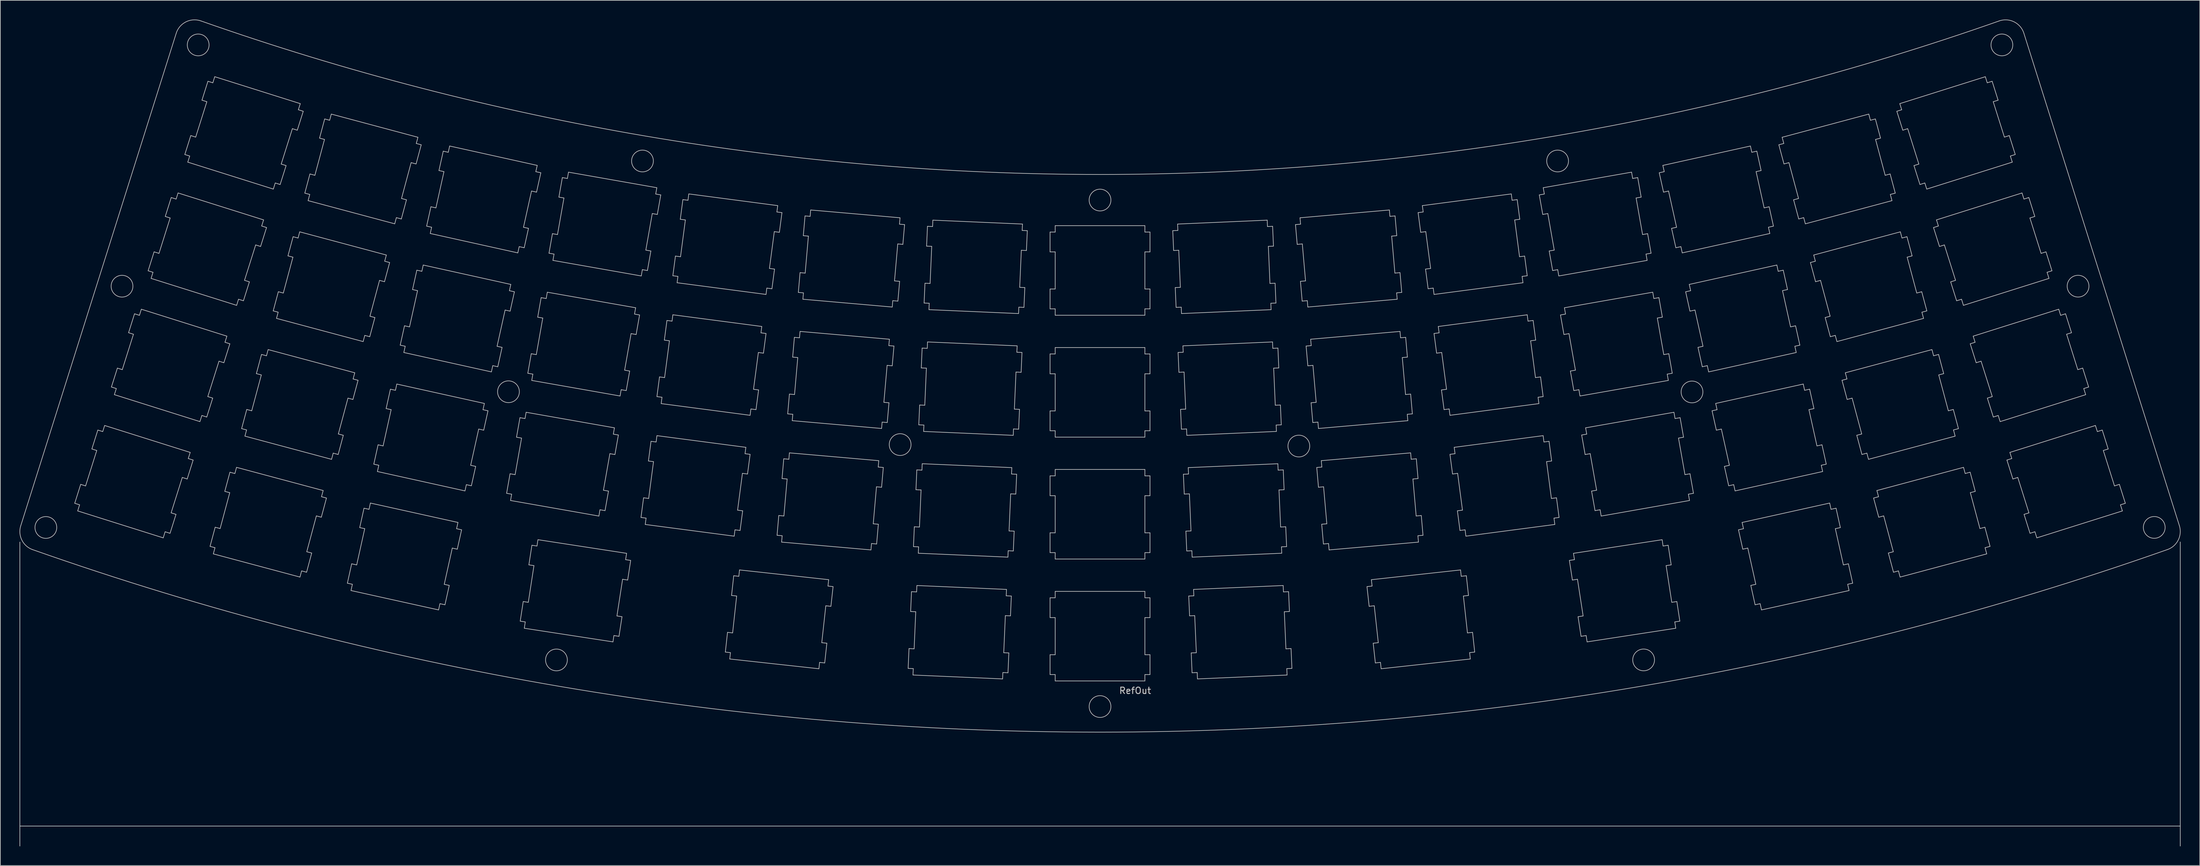
<source format=kicad_pcb>
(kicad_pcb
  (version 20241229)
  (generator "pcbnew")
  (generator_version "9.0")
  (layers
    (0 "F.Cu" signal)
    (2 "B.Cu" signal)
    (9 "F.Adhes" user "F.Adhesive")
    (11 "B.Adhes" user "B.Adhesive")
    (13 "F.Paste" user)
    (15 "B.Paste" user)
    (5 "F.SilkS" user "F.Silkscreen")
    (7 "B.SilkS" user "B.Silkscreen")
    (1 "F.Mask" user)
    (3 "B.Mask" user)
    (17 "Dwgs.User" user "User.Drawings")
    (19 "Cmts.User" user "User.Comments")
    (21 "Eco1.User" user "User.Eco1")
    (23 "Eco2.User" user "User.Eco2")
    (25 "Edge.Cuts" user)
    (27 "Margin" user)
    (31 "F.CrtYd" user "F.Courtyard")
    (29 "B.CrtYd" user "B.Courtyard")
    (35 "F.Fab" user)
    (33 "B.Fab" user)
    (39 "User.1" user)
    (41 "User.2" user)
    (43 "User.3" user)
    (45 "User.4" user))
  (footprint "RefOut"
    (layer "F.Cu")
    (at 168.676 67.792)
    (property "Reference" "RefOut" (at 5.461 37.084 0) (layer "Dwgs.User") (effects (font (size 1 1) (thickness 0.15))))
    (attr through_hole)
    (fp_line (start -168.625 13.87) (end -168.625 61.37) (stroke (width 0.1) (type solid)) (layer "Dwgs.User"))
    (fp_line (start -168.625 58.245) (end 168.601 58.245) (stroke (width 0.1) (type solid)) (layer "Dwgs.User"))
    (fp_line (start -160.062 7.807) (end -159.3 8.046) (stroke (width 0.1) (type solid)) (layer "Dwgs.User"))
    (fp_line (start -159.6 9) (end -146.248 13.21) (stroke (width 0.1) (type solid)) (layer "Dwgs.User"))
    (fp_line (start -159.3 8.046) (end -159.6 9) (stroke (width 0.1) (type solid)) (layer "Dwgs.User"))
    (fp_line (start -159.13 4.85) (end -160.062 7.807) (stroke (width 0.1) (type solid)) (layer "Dwgs.User"))
    (fp_line (start -158.367 5.091) (end -159.13 4.85) (stroke (width 0.1) (type solid)) (layer "Dwgs.User"))
    (fp_line (start -157.387 -0.682) (end -156.623 -0.441) (stroke (width 0.1) (type solid)) (layer "Dwgs.User"))
    (fp_line (start -156.623 -0.441) (end -158.367 5.091) (stroke (width 0.1) (type solid)) (layer "Dwgs.User"))
    (fp_line (start -156.454 -3.638) (end -157.387 -0.682) (stroke (width 0.1) (type solid)) (layer "Dwgs.User"))
    (fp_line (start -155.692 -3.398) (end -156.454 -3.638) (stroke (width 0.1) (type solid)) (layer "Dwgs.User"))
    (fp_line (start -155.39 -4.351) (end -155.692 -3.398) (stroke (width 0.1) (type solid)) (layer "Dwgs.User"))
    (fp_line (start -154.335 -10.363) (end -153.571 -10.122) (stroke (width 0.1) (type solid)) (layer "Dwgs.User"))
    (fp_line (start -153.871 -9.168) (end -140.52 -4.958) (stroke (width 0.1) (type solid)) (layer "Dwgs.User"))
    (fp_line (start -153.571 -10.122) (end -153.871 -9.168) (stroke (width 0.1) (type solid)) (layer "Dwgs.User"))
    (fp_line (start -153.401 -13.318) (end -154.335 -10.363) (stroke (width 0.1) (type solid)) (layer "Dwgs.User"))
    (fp_line (start -152.639 -13.078) (end -153.401 -13.318) (stroke (width 0.1) (type solid)) (layer "Dwgs.User"))
    (fp_line (start -151.657 -18.85) (end -150.895 -18.609) (stroke (width 0.1) (type solid)) (layer "Dwgs.User"))
    (fp_line (start -150.895 -18.609) (end -152.639 -13.078) (stroke (width 0.1) (type solid)) (layer "Dwgs.User"))
    (fp_line (start -150.725 -21.806) (end -151.657 -18.85) (stroke (width 0.1) (type solid)) (layer "Dwgs.User"))
    (fp_line (start -149.962 -21.566) (end -150.725 -21.806) (stroke (width 0.1) (type solid)) (layer "Dwgs.User"))
    (fp_line (start -149.662 -22.52) (end -149.962 -21.566) (stroke (width 0.1) (type solid)) (layer "Dwgs.User"))
    (fp_line (start -148.605 -28.53) (end -147.843 -28.289) (stroke (width 0.1) (type solid)) (layer "Dwgs.User"))
    (fp_line (start -148.143 -27.336) (end -134.791 -23.126) (stroke (width 0.1) (type solid)) (layer "Dwgs.User"))
    (fp_line (start -147.843 -28.289) (end -148.143 -27.336) (stroke (width 0.1) (type solid)) (layer "Dwgs.User"))
    (fp_line (start -147.673 -31.486) (end -148.605 -28.53) (stroke (width 0.1) (type solid)) (layer "Dwgs.User"))
    (fp_line (start -146.91 -31.247) (end -147.673 -31.486) (stroke (width 0.1) (type solid)) (layer "Dwgs.User"))
    (fp_line (start -146.248 13.21) (end -145.948 12.257) (stroke (width 0.1) (type solid)) (layer "Dwgs.User"))
    (fp_line (start -145.948 12.257) (end -145.184 12.498) (stroke (width 0.1) (type solid)) (layer "Dwgs.User"))
    (fp_line (start -145.93 -37.018) (end -145.167 -36.777) (stroke (width 0.1) (type solid)) (layer "Dwgs.User"))
    (fp_line (start -145.184 12.498) (end -144.253 9.54) (stroke (width 0.1) (type solid)) (layer "Dwgs.User"))
    (fp_line (start -145.167 -36.777) (end -146.91 -31.247) (stroke (width 0.1) (type solid)) (layer "Dwgs.User"))
    (fp_line (start -145.015 9.301) (end -143.272 3.769) (stroke (width 0.1) (type solid)) (layer "Dwgs.User"))
    (fp_line (start -144.997 -39.974) (end -145.93 -37.018) (stroke (width 0.1) (type solid)) (layer "Dwgs.User"))
    (fp_line (start -144.253 9.54) (end -145.015 9.301) (stroke (width 0.1) (type solid)) (layer "Dwgs.User"))
    (fp_line (start -144.235 -39.734) (end -144.997 -39.974) (stroke (width 0.1) (type solid)) (layer "Dwgs.User"))
    (fp_line (start -144.219 -65.644) (end -168.487 11.322) (stroke (width 0.1) (type solid)) (layer "Dwgs.User"))
    (fp_line (start -143.933 -40.687) (end -144.235 -39.734) (stroke (width 0.1) (type solid)) (layer "Dwgs.User"))
    (fp_line (start -143.272 3.769) (end -142.508 4.01) (stroke (width 0.1) (type solid)) (layer "Dwgs.User"))
    (fp_line (start -142.877 -46.698) (end -142.114 -46.459) (stroke (width 0.1) (type solid)) (layer "Dwgs.User"))
    (fp_line (start -142.508 4.01) (end -141.577 1.053) (stroke (width 0.1) (type solid)) (layer "Dwgs.User"))
    (fp_line (start -142.416 -45.504) (end -129.063 -41.294) (stroke (width 0.1) (type solid)) (layer "Dwgs.User"))
    (fp_line (start -142.339 0.813) (end -142.038 -0.142) (stroke (width 0.1) (type solid)) (layer "Dwgs.User"))
    (fp_line (start -142.114 -46.459) (end -142.416 -45.504) (stroke (width 0.1) (type solid)) (layer "Dwgs.User"))
    (fp_line (start -142.038 -0.142) (end -155.39 -4.351) (stroke (width 0.1) (type solid)) (layer "Dwgs.User"))
    (fp_line (start -141.945 -49.656) (end -142.877 -46.698) (stroke (width 0.1) (type solid)) (layer "Dwgs.User"))
    (fp_line (start -141.577 1.053) (end -142.339 0.813) (stroke (width 0.1) (type solid)) (layer "Dwgs.User"))
    (fp_line (start -141.183 -49.415) (end -141.945 -49.656) (stroke (width 0.1) (type solid)) (layer "Dwgs.User"))
    (fp_line (start -140.52 -4.958) (end -140.219 -5.912) (stroke (width 0.1) (type solid)) (layer "Dwgs.User"))
    (fp_line (start -140.219 -5.912) (end -139.456 -5.672) (stroke (width 0.1) (type solid)) (layer "Dwgs.User"))
    (fp_line (start -140.201 -55.186) (end -139.438 -54.946) (stroke (width 0.1) (type solid)) (layer "Dwgs.User"))
    (fp_line (start -139.456 -5.672) (end -138.524 -8.627) (stroke (width 0.1) (type solid)) (layer "Dwgs.User"))
    (fp_line (start -139.438 -54.946) (end -141.183 -49.415) (stroke (width 0.1) (type solid)) (layer "Dwgs.User"))
    (fp_line (start -139.288 -8.869) (end -137.542 -14.399) (stroke (width 0.1) (type solid)) (layer "Dwgs.User"))
    (fp_line (start -139.268 -58.143) (end -140.201 -55.186) (stroke (width 0.1) (type solid)) (layer "Dwgs.User"))
    (fp_line (start -138.94 14.541) (end -138.167 14.748) (stroke (width 0.1) (type solid)) (layer "Dwgs.User"))
    (fp_line (start -138.524 -8.627) (end -139.288 -8.869) (stroke (width 0.1) (type solid)) (layer "Dwgs.User"))
    (fp_line (start -138.505 -57.902) (end -139.268 -58.143) (stroke (width 0.1) (type solid)) (layer "Dwgs.User"))
    (fp_line (start -138.426 15.714) (end -124.904 19.337) (stroke (width 0.1) (type solid)) (layer "Dwgs.User"))
    (fp_line (start -138.204 -58.855) (end -138.505 -57.902) (stroke (width 0.1) (type solid)) (layer "Dwgs.User"))
    (fp_line (start -138.167 14.748) (end -138.426 15.714) (stroke (width 0.1) (type solid)) (layer "Dwgs.User"))
    (fp_line (start -138.138 11.547) (end -138.94 14.541) (stroke (width 0.1) (type solid)) (layer "Dwgs.User"))
    (fp_line (start -137.542 -14.399) (end -136.78 -14.159) (stroke (width 0.1) (type solid)) (layer "Dwgs.User"))
    (fp_line (start -137.365 11.754) (end -138.138 11.547) (stroke (width 0.1) (type solid)) (layer "Dwgs.User"))
    (fp_line (start -136.78 -14.159) (end -135.847 -17.115) (stroke (width 0.1) (type solid)) (layer "Dwgs.User"))
    (fp_line (start -136.638 5.944) (end -135.864 6.15) (stroke (width 0.1) (type solid)) (layer "Dwgs.User"))
    (fp_line (start -136.61 -17.356) (end -136.31 -18.31) (stroke (width 0.1) (type solid)) (layer "Dwgs.User"))
    (fp_line (start -136.31 -18.31) (end -149.662 -22.52) (stroke (width 0.1) (type solid)) (layer "Dwgs.User"))
    (fp_line (start -135.864 6.15) (end -137.365 11.754) (stroke (width 0.1) (type solid)) (layer "Dwgs.User"))
    (fp_line (start -135.847 -17.115) (end -136.61 -17.356) (stroke (width 0.1) (type solid)) (layer "Dwgs.User"))
    (fp_line (start -135.834 2.949) (end -136.638 5.944) (stroke (width 0.1) (type solid)) (layer "Dwgs.User"))
    (fp_line (start -135.063 3.157) (end -135.834 2.949) (stroke (width 0.1) (type solid)) (layer "Dwgs.User"))
    (fp_line (start -134.804 2.191) (end -135.063 3.157) (stroke (width 0.1) (type solid)) (layer "Dwgs.User"))
    (fp_line (start -134.791 -23.126) (end -134.491 -24.08) (stroke (width 0.1) (type solid)) (layer "Dwgs.User"))
    (fp_line (start -134.491 -24.08) (end -133.727 -23.84) (stroke (width 0.1) (type solid)) (layer "Dwgs.User"))
    (fp_line (start -134.01 -3.861) (end -133.237 -3.654) (stroke (width 0.1) (type solid)) (layer "Dwgs.User"))
    (fp_line (start -133.727 -23.84) (end -132.796 -26.796) (stroke (width 0.1) (type solid)) (layer "Dwgs.User"))
    (fp_line (start -133.558 -27.037) (end -131.815 -32.567) (stroke (width 0.1) (type solid)) (layer "Dwgs.User"))
    (fp_line (start -133.496 -2.687) (end -119.973 0.937) (stroke (width 0.1) (type solid)) (layer "Dwgs.User"))
    (fp_line (start -133.237 -3.654) (end -133.496 -2.687) (stroke (width 0.1) (type solid)) (layer "Dwgs.User"))
    (fp_line (start -133.208 -6.854) (end -134.01 -3.861) (stroke (width 0.1) (type solid)) (layer "Dwgs.User"))
    (fp_line (start -132.796 -26.796) (end -133.558 -27.037) (stroke (width 0.1) (type solid)) (layer "Dwgs.User"))
    (fp_line (start -132.435 -6.647) (end -133.208 -6.854) (stroke (width 0.1) (type solid)) (layer "Dwgs.User"))
    (fp_line (start -131.815 -32.567) (end -131.051 -32.327) (stroke (width 0.1) (type solid)) (layer "Dwgs.User"))
    (fp_line (start -131.706 -12.457) (end -130.933 -12.251) (stroke (width 0.1) (type solid)) (layer "Dwgs.User"))
    (fp_line (start -131.051 -32.327) (end -130.119 -35.283) (stroke (width 0.1) (type solid)) (layer "Dwgs.User"))
    (fp_line (start -130.933 -12.251) (end -132.435 -6.647) (stroke (width 0.1) (type solid)) (layer "Dwgs.User"))
    (fp_line (start -130.904 -15.452) (end -131.706 -12.457) (stroke (width 0.1) (type solid)) (layer "Dwgs.User"))
    (fp_line (start -130.881 -35.524) (end -130.581 -36.478) (stroke (width 0.1) (type solid)) (layer "Dwgs.User"))
    (fp_line (start -130.581 -36.478) (end -143.933 -40.687) (stroke (width 0.1) (type solid)) (layer "Dwgs.User"))
    (fp_line (start -130.131 -15.245) (end -130.904 -15.452) (stroke (width 0.1) (type solid)) (layer "Dwgs.User"))
    (fp_line (start -130.119 -35.283) (end -130.881 -35.524) (stroke (width 0.1) (type solid)) (layer "Dwgs.User"))
    (fp_line (start -129.871 -16.211) (end -130.131 -15.245) (stroke (width 0.1) (type solid)) (layer "Dwgs.User"))
    (fp_line (start -129.079 -22.262) (end -128.306 -22.054) (stroke (width 0.1) (type solid)) (layer "Dwgs.User"))
    (fp_line (start -129.063 -41.294) (end -128.762 -42.249) (stroke (width 0.1) (type solid)) (layer "Dwgs.User"))
    (fp_line (start -128.762 -42.249) (end -127.999 -42.008) (stroke (width 0.1) (type solid)) (layer "Dwgs.User"))
    (fp_line (start -128.565 -21.088) (end -115.043 -17.465) (stroke (width 0.1) (type solid)) (layer "Dwgs.User"))
    (fp_line (start -128.306 -22.054) (end -128.565 -21.088) (stroke (width 0.1) (type solid)) (layer "Dwgs.User"))
    (fp_line (start -128.277 -25.255) (end -129.079 -22.262) (stroke (width 0.1) (type solid)) (layer "Dwgs.User"))
    (fp_line (start -127.999 -42.008) (end -127.067 -44.963) (stroke (width 0.1) (type solid)) (layer "Dwgs.User"))
    (fp_line (start -127.831 -45.205) (end -126.086 -50.736) (stroke (width 0.1) (type solid)) (layer "Dwgs.User"))
    (fp_line (start -127.504 -25.048) (end -128.277 -25.255) (stroke (width 0.1) (type solid)) (layer "Dwgs.User"))
    (fp_line (start -127.067 -44.963) (end -127.831 -45.205) (stroke (width 0.1) (type solid)) (layer "Dwgs.User"))
    (fp_line (start -126.777 -30.857) (end -126.003 -30.65) (stroke (width 0.1) (type solid)) (layer "Dwgs.User"))
    (fp_line (start -126.086 -50.736) (end -125.323 -50.495) (stroke (width 0.1) (type solid)) (layer "Dwgs.User"))
    (fp_line (start -126.003 -30.65) (end -127.504 -25.048) (stroke (width 0.1) (type solid)) (layer "Dwgs.User"))
    (fp_line (start -125.973 -33.852) (end -126.777 -30.857) (stroke (width 0.1) (type solid)) (layer "Dwgs.User"))
    (fp_line (start -125.323 -50.495) (end -124.39 -53.452) (stroke (width 0.1) (type solid)) (layer "Dwgs.User"))
    (fp_line (start -125.201 -33.646) (end -125.973 -33.852) (stroke (width 0.1) (type solid)) (layer "Dwgs.User"))
    (fp_line (start -125.153 -53.692) (end -124.853 -54.646) (stroke (width 0.1) (type solid)) (layer "Dwgs.User"))
    (fp_line (start -124.942 -34.612) (end -125.201 -33.646) (stroke (width 0.1) (type solid)) (layer "Dwgs.User"))
    (fp_line (start -124.904 19.337) (end -124.645 18.372) (stroke (width 0.1) (type solid)) (layer "Dwgs.User"))
    (fp_line (start -124.853 -54.646) (end -138.204 -58.855) (stroke (width 0.1) (type solid)) (layer "Dwgs.User"))
    (fp_line (start -124.645 18.372) (end -123.871 18.579) (stroke (width 0.1) (type solid)) (layer "Dwgs.User"))
    (fp_line (start -124.39 -53.452) (end -125.153 -53.692) (stroke (width 0.1) (type solid)) (layer "Dwgs.User"))
    (fp_line (start -124.148 -40.663) (end -123.377 -40.455) (stroke (width 0.1) (type solid)) (layer "Dwgs.User"))
    (fp_line (start -123.871 18.579) (end -123.07 15.583) (stroke (width 0.1) (type solid)) (layer "Dwgs.User"))
    (fp_line (start -123.843 15.376) (end -122.34 9.775) (stroke (width 0.1) (type solid)) (layer "Dwgs.User"))
    (fp_line (start -123.634 -39.489) (end -110.112 -35.866) (stroke (width 0.1) (type solid)) (layer "Dwgs.User"))
    (fp_line (start -123.377 -40.455) (end -123.634 -39.489) (stroke (width 0.1) (type solid)) (layer "Dwgs.User"))
    (fp_line (start -123.347 -43.656) (end -124.148 -40.663) (stroke (width 0.1) (type solid)) (layer "Dwgs.User"))
    (fp_line (start -123.07 15.583) (end -123.843 15.376) (stroke (width 0.1) (type solid)) (layer "Dwgs.User"))
    (fp_line (start -122.575 -43.449) (end -123.347 -43.656) (stroke (width 0.1) (type solid)) (layer "Dwgs.User"))
    (fp_line (start -122.34 9.775) (end -121.569 9.982) (stroke (width 0.1) (type solid)) (layer "Dwgs.User"))
    (fp_line (start -121.846 -49.257) (end -121.073 -49.051) (stroke (width 0.1) (type solid)) (layer "Dwgs.User"))
    (fp_line (start -121.569 9.982) (end -120.767 6.988) (stroke (width 0.1) (type solid)) (layer "Dwgs.User"))
    (fp_line (start -121.539 6.78) (end -121.281 5.814) (stroke (width 0.1) (type solid)) (layer "Dwgs.User"))
    (fp_line (start -121.281 5.814) (end -134.804 2.191) (stroke (width 0.1) (type solid)) (layer "Dwgs.User"))
    (fp_line (start -121.073 -49.051) (end -122.575 -43.449) (stroke (width 0.1) (type solid)) (layer "Dwgs.User"))
    (fp_line (start -121.044 -52.254) (end -121.846 -49.257) (stroke (width 0.1) (type solid)) (layer "Dwgs.User"))
    (fp_line (start -120.767 6.988) (end -121.539 6.78) (stroke (width 0.1) (type solid)) (layer "Dwgs.User"))
    (fp_line (start -120.271 -52.047) (end -121.044 -52.254) (stroke (width 0.1) (type solid)) (layer "Dwgs.User"))
    (fp_line (start -120.012 -53.013) (end -120.271 -52.047) (stroke (width 0.1) (type solid)) (layer "Dwgs.User"))
    (fp_line (start -119.973 0.937) (end -119.714 -0.029) (stroke (width 0.1) (type solid)) (layer "Dwgs.User"))
    (fp_line (start -119.714 -0.029) (end -118.941 0.178) (stroke (width 0.1) (type solid)) (layer "Dwgs.User"))
    (fp_line (start -118.941 0.178) (end -118.139 -2.818) (stroke (width 0.1) (type solid)) (layer "Dwgs.User"))
    (fp_line (start -118.912 -3.025) (end -117.41 -8.627) (stroke (width 0.1) (type solid)) (layer "Dwgs.User"))
    (fp_line (start -118.139 -2.818) (end -118.912 -3.025) (stroke (width 0.1) (type solid)) (layer "Dwgs.User"))
    (fp_line (start -117.502 20.292) (end -116.721 20.464) (stroke (width 0.1) (type solid)) (layer "Dwgs.User"))
    (fp_line (start -117.41 -8.627) (end -116.638 -8.42) (stroke (width 0.1) (type solid)) (layer "Dwgs.User"))
    (fp_line (start -116.937 21.441) (end -103.27 24.47) (stroke (width 0.1) (type solid)) (layer "Dwgs.User"))
    (fp_line (start -116.831 17.264) (end -117.502 20.292) (stroke (width 0.1) (type solid)) (layer "Dwgs.User"))
    (fp_line (start -116.721 20.464) (end -116.937 21.441) (stroke (width 0.1) (type solid)) (layer "Dwgs.User"))
    (fp_line (start -116.638 -8.42) (end -115.835 -11.413) (stroke (width 0.1) (type solid)) (layer "Dwgs.User"))
    (fp_line (start -116.608 -11.621) (end -116.349 -12.587) (stroke (width 0.1) (type solid)) (layer "Dwgs.User"))
    (fp_line (start -116.349 -12.587) (end -129.871 -16.211) (stroke (width 0.1) (type solid)) (layer "Dwgs.User"))
    (fp_line (start -116.05 17.438) (end -116.831 17.264) (stroke (width 0.1) (type solid)) (layer "Dwgs.User"))
    (fp_line (start -115.835 -11.413) (end -116.608 -11.621) (stroke (width 0.1) (type solid)) (layer "Dwgs.User"))
    (fp_line (start -115.576 11.603) (end -114.794 11.775) (stroke (width 0.1) (type solid)) (layer "Dwgs.User"))
    (fp_line (start -115.043 -17.465) (end -114.784 -18.431) (stroke (width 0.1) (type solid)) (layer "Dwgs.User"))
    (fp_line (start -114.905 8.576) (end -115.576 11.603) (stroke (width 0.1) (type solid)) (layer "Dwgs.User"))
    (fp_line (start -114.794 11.775) (end -116.05 17.438) (stroke (width 0.1) (type solid)) (layer "Dwgs.User"))
    (fp_line (start -114.784 -18.431) (end -114.012 -18.223) (stroke (width 0.1) (type solid)) (layer "Dwgs.User"))
    (fp_line (start -114.123 8.748) (end -114.905 8.576) (stroke (width 0.1) (type solid)) (layer "Dwgs.User"))
    (fp_line (start -114.012 -18.223) (end -113.208 -21.219) (stroke (width 0.1) (type solid)) (layer "Dwgs.User"))
    (fp_line (start -113.981 -21.426) (end -112.481 -27.027) (stroke (width 0.1) (type solid)) (layer "Dwgs.User"))
    (fp_line (start -113.907 7.772) (end -114.123 8.748) (stroke (width 0.1) (type solid)) (layer "Dwgs.User"))
    (fp_line (start -113.378 1.692) (end -112.598 1.866) (stroke (width 0.1) (type solid)) (layer "Dwgs.User"))
    (fp_line (start -113.208 -21.219) (end -113.981 -21.426) (stroke (width 0.1) (type solid)) (layer "Dwgs.User"))
    (fp_line (start -112.814 2.843) (end -99.147 5.872) (stroke (width 0.1) (type solid)) (layer "Dwgs.User"))
    (fp_line (start -112.707 -1.334) (end -113.378 1.692) (stroke (width 0.1) (type solid)) (layer "Dwgs.User"))
    (fp_line (start -112.598 1.866) (end -112.814 2.843) (stroke (width 0.1) (type solid)) (layer "Dwgs.User"))
    (fp_line (start -112.481 -27.027) (end -111.708 -26.821) (stroke (width 0.1) (type solid)) (layer "Dwgs.User"))
    (fp_line (start -111.927 -1.16) (end -112.707 -1.334) (stroke (width 0.1) (type solid)) (layer "Dwgs.User"))
    (fp_line (start -111.708 -26.821) (end -110.906 -29.815) (stroke (width 0.1) (type solid)) (layer "Dwgs.User"))
    (fp_line (start -111.679 -30.022) (end -111.419 -30.987) (stroke (width 0.1) (type solid)) (layer "Dwgs.User"))
    (fp_line (start -111.453 -6.996) (end -110.671 -6.824) (stroke (width 0.1) (type solid)) (layer "Dwgs.User"))
    (fp_line (start -111.419 -30.987) (end -124.942 -34.612) (stroke (width 0.1) (type solid)) (layer "Dwgs.User"))
    (fp_line (start -110.906 -29.815) (end -111.679 -30.022) (stroke (width 0.1) (type solid)) (layer "Dwgs.User"))
    (fp_line (start -110.782 -10.022) (end -111.453 -6.996) (stroke (width 0.1) (type solid)) (layer "Dwgs.User"))
    (fp_line (start -110.671 -6.824) (end -111.927 -1.16) (stroke (width 0.1) (type solid)) (layer "Dwgs.User"))
    (fp_line (start -110.112 -35.866) (end -109.853 -36.832) (stroke (width 0.1) (type solid)) (layer "Dwgs.User"))
    (fp_line (start -110 -9.85) (end -110.782 -10.022) (stroke (width 0.1) (type solid)) (layer "Dwgs.User"))
    (fp_line (start -109.853 -36.832) (end -109.08 -36.624) (stroke (width 0.1) (type solid)) (layer "Dwgs.User"))
    (fp_line (start -109.784 -10.826) (end -110 -9.85) (stroke (width 0.1) (type solid)) (layer "Dwgs.User"))
    (fp_line (start -109.255 -16.905) (end -108.475 -16.732) (stroke (width 0.1) (type solid)) (layer "Dwgs.User"))
    (fp_line (start -109.08 -36.624) (end -108.278 -39.618) (stroke (width 0.1) (type solid)) (layer "Dwgs.User"))
    (fp_line (start -109.051 -39.825) (end -107.549 -45.428) (stroke (width 0.1) (type solid)) (layer "Dwgs.User"))
    (fp_line (start -108.691 -15.757) (end -95.022 -12.726) (stroke (width 0.1) (type solid)) (layer "Dwgs.User"))
    (fp_line (start -108.584 -19.932) (end -109.255 -16.905) (stroke (width 0.1) (type solid)) (layer "Dwgs.User"))
    (fp_line (start -108.475 -16.732) (end -108.691 -15.757) (stroke (width 0.1) (type solid)) (layer "Dwgs.User"))
    (fp_line (start -108.278 -39.618) (end -109.051 -39.825) (stroke (width 0.1) (type solid)) (layer "Dwgs.User"))
    (fp_line (start -107.803 -19.759) (end -108.584 -19.932) (stroke (width 0.1) (type solid)) (layer "Dwgs.User"))
    (fp_line (start -107.549 -45.428) (end -106.777 -45.221) (stroke (width 0.1) (type solid)) (layer "Dwgs.User"))
    (fp_line (start -107.33 -25.594) (end -106.548 -25.422) (stroke (width 0.1) (type solid)) (layer "Dwgs.User"))
    (fp_line (start -106.777 -45.221) (end -105.974 -48.216) (stroke (width 0.1) (type solid)) (layer "Dwgs.User"))
    (fp_line (start -106.747 -48.422) (end -106.488 -49.388) (stroke (width 0.1) (type solid)) (layer "Dwgs.User"))
    (fp_line (start -106.658 -28.621) (end -107.33 -25.594) (stroke (width 0.1) (type solid)) (layer "Dwgs.User"))
    (fp_line (start -106.548 -25.422) (end -107.803 -19.759) (stroke (width 0.1) (type solid)) (layer "Dwgs.User"))
    (fp_line (start -106.488 -49.388) (end -120.012 -53.013) (stroke (width 0.1) (type solid)) (layer "Dwgs.User"))
    (fp_line (start -105.974 -48.216) (end -106.747 -48.422) (stroke (width 0.1) (type solid)) (layer "Dwgs.User"))
    (fp_line (start -105.877 -28.448) (end -106.658 -28.621) (stroke (width 0.1) (type solid)) (layer "Dwgs.User"))
    (fp_line (start -105.661 -29.425) (end -105.877 -28.448) (stroke (width 0.1) (type solid)) (layer "Dwgs.User"))
    (fp_line (start -105.132 -35.505) (end -104.352 -35.33) (stroke (width 0.1) (type solid)) (layer "Dwgs.User"))
    (fp_line (start -104.567 -34.354) (end -90.899 -31.324) (stroke (width 0.1) (type solid)) (layer "Dwgs.User"))
    (fp_line (start -104.461 -38.529) (end -105.132 -35.505) (stroke (width 0.1) (type solid)) (layer "Dwgs.User"))
    (fp_line (start -104.352 -35.33) (end -104.567 -34.354) (stroke (width 0.1) (type solid)) (layer "Dwgs.User"))
    (fp_line (start -103.681 -38.357) (end -104.461 -38.529) (stroke (width 0.1) (type solid)) (layer "Dwgs.User"))
    (fp_line (start -103.27 24.47) (end -103.052 23.494) (stroke (width 0.1) (type solid)) (layer "Dwgs.User"))
    (fp_line (start -103.207 -44.193) (end -102.425 -44.02) (stroke (width 0.1) (type solid)) (layer "Dwgs.User"))
    (fp_line (start -103.052 23.494) (end -102.271 23.668) (stroke (width 0.1) (type solid)) (layer "Dwgs.User"))
    (fp_line (start -102.535 -47.219) (end -103.207 -44.193) (stroke (width 0.1) (type solid)) (layer "Dwgs.User"))
    (fp_line (start -102.425 -44.02) (end -103.681 -38.357) (stroke (width 0.1) (type solid)) (layer "Dwgs.User"))
    (fp_line (start -102.381 20.468) (end -101.126 14.806) (stroke (width 0.1) (type solid)) (layer "Dwgs.User"))
    (fp_line (start -102.271 23.668) (end -101.6 20.642) (stroke (width 0.1) (type solid)) (layer "Dwgs.User"))
    (fp_line (start -101.754 -47.046) (end -102.535 -47.219) (stroke (width 0.1) (type solid)) (layer "Dwgs.User"))
    (fp_line (start -101.6 20.642) (end -102.381 20.468) (stroke (width 0.1) (type solid)) (layer "Dwgs.User"))
    (fp_line (start -101.538 -48.023) (end -101.754 -47.046) (stroke (width 0.1) (type solid)) (layer "Dwgs.User"))
    (fp_line (start -101.126 14.806) (end -100.346 14.978) (stroke (width 0.1) (type solid)) (layer "Dwgs.User"))
    (fp_line (start -100.454 11.778) (end -100.24 10.803) (stroke (width 0.1) (type solid)) (layer "Dwgs.User"))
    (fp_line (start -100.346 14.978) (end -99.674 11.952) (stroke (width 0.1) (type solid)) (layer "Dwgs.User"))
    (fp_line (start -100.24 10.803) (end -113.907 7.772) (stroke (width 0.1) (type solid)) (layer "Dwgs.User"))
    (fp_line (start -99.674 11.952) (end -100.454 11.778) (stroke (width 0.1) (type solid)) (layer "Dwgs.User"))
    (fp_line (start -99.147 5.872) (end -98.929 4.896) (stroke (width 0.1) (type solid)) (layer "Dwgs.User"))
    (fp_line (start -98.929 4.896) (end -98.148 5.07) (stroke (width 0.1) (type solid)) (layer "Dwgs.User"))
    (fp_line (start -98.258 1.87) (end -97.003 -3.792) (stroke (width 0.1) (type solid)) (layer "Dwgs.User"))
    (fp_line (start -98.148 5.07) (end -97.477 2.043) (stroke (width 0.1) (type solid)) (layer "Dwgs.User"))
    (fp_line (start -97.477 2.043) (end -98.258 1.87) (stroke (width 0.1) (type solid)) (layer "Dwgs.User"))
    (fp_line (start -97.003 -3.792) (end -96.223 -3.62) (stroke (width 0.1) (type solid)) (layer "Dwgs.User"))
    (fp_line (start -96.333 -6.82) (end -96.117 -7.795) (stroke (width 0.1) (type solid)) (layer "Dwgs.User"))
    (fp_line (start -96.223 -3.62) (end -95.552 -6.646) (stroke (width 0.1) (type solid)) (layer "Dwgs.User"))
    (fp_line (start -96.117 -7.795) (end -109.784 -10.826) (stroke (width 0.1) (type solid)) (layer "Dwgs.User"))
    (fp_line (start -95.552 -6.646) (end -96.333 -6.82) (stroke (width 0.1) (type solid)) (layer "Dwgs.User"))
    (fp_line (start -95.022 -12.726) (end -94.806 -13.703) (stroke (width 0.1) (type solid)) (layer "Dwgs.User"))
    (fp_line (start -94.806 -13.703) (end -94.025 -13.529) (stroke (width 0.1) (type solid)) (layer "Dwgs.User"))
    (fp_line (start -94.135 -16.728) (end -92.881 -22.392) (stroke (width 0.1) (type solid)) (layer "Dwgs.User"))
    (fp_line (start -94.025 -13.529) (end -93.353 -16.555) (stroke (width 0.1) (type solid)) (layer "Dwgs.User"))
    (fp_line (start -93.353 -16.555) (end -94.135 -16.728) (stroke (width 0.1) (type solid)) (layer "Dwgs.User"))
    (fp_line (start -92.881 -22.392) (end -92.1 -22.218) (stroke (width 0.1) (type solid)) (layer "Dwgs.User"))
    (fp_line (start -92.647 6.247) (end -91.858 6.386) (stroke (width 0.1) (type solid)) (layer "Dwgs.User"))
    (fp_line (start -92.21 -25.418) (end -91.992 -26.395) (stroke (width 0.1) (type solid)) (layer "Dwgs.User"))
    (fp_line (start -92.108 3.193) (end -92.647 6.247) (stroke (width 0.1) (type solid)) (layer "Dwgs.User"))
    (fp_line (start -92.1 -22.218) (end -91.428 -25.244) (stroke (width 0.1) (type solid)) (layer "Dwgs.User"))
    (fp_line (start -92.032 7.37) (end -78.245 9.802) (stroke (width 0.1) (type solid)) (layer "Dwgs.User"))
    (fp_line (start -91.992 -26.395) (end -105.661 -29.425) (stroke (width 0.1) (type solid)) (layer "Dwgs.User"))
    (fp_line (start -91.858 6.386) (end -92.032 7.37) (stroke (width 0.1) (type solid)) (layer "Dwgs.User"))
    (fp_line (start -91.428 -25.244) (end -92.21 -25.418) (stroke (width 0.1) (type solid)) (layer "Dwgs.User"))
    (fp_line (start -91.32 3.332) (end -92.108 3.193) (stroke (width 0.1) (type solid)) (layer "Dwgs.User"))
    (fp_line (start -91.101 -2.519) (end -90.312 -2.38) (stroke (width 0.1) (type solid)) (layer "Dwgs.User"))
    (fp_line (start -90.899 -31.324) (end -90.683 -32.301) (stroke (width 0.1) (type solid)) (layer "Dwgs.User"))
    (fp_line (start -90.683 -32.301) (end -89.901 -32.127) (stroke (width 0.1) (type solid)) (layer "Dwgs.User"))
    (fp_line (start -90.562 -5.571) (end -91.101 -2.519) (stroke (width 0.1) (type solid)) (layer "Dwgs.User"))
    (fp_line (start -90.523 26.224) (end -89.734 26.345) (stroke (width 0.1) (type solid)) (layer "Dwgs.User"))
    (fp_line (start -90.312 -2.38) (end -91.32 3.332) (stroke (width 0.1) (type solid)) (layer "Dwgs.User"))
    (fp_line (start -90.052 23.16) (end -90.523 26.224) (stroke (width 0.1) (type solid)) (layer "Dwgs.User"))
    (fp_line (start -90.012 -35.327) (end -88.758 -40.989) (stroke (width 0.1) (type solid)) (layer "Dwgs.User"))
    (fp_line (start -89.901 -32.127) (end -89.232 -35.155) (stroke (width 0.1) (type solid)) (layer "Dwgs.User"))
    (fp_line (start -89.885 27.334) (end -76.048 29.464) (stroke (width 0.1) (type solid)) (layer "Dwgs.User"))
    (fp_line (start -89.775 -5.434) (end -90.562 -5.571) (stroke (width 0.1) (type solid)) (layer "Dwgs.User"))
    (fp_line (start -89.734 26.345) (end -89.885 27.334) (stroke (width 0.1) (type solid)) (layer "Dwgs.User"))
    (fp_line (start -89.6 -6.416) (end -89.775 -5.434) (stroke (width 0.1) (type solid)) (layer "Dwgs.User"))
    (fp_line (start -89.338 -12.514) (end -88.55 -12.376) (stroke (width 0.1) (type solid)) (layer "Dwgs.User"))
    (fp_line (start -89.261 23.282) (end -90.052 23.16) (stroke (width 0.1) (type solid)) (layer "Dwgs.User"))
    (fp_line (start -89.232 -35.155) (end -90.012 -35.327) (stroke (width 0.1) (type solid)) (layer "Dwgs.User"))
    (fp_line (start -89.17 17.428) (end -88.379 17.548) (stroke (width 0.1) (type solid)) (layer "Dwgs.User"))
    (fp_line (start -88.799 -15.566) (end -89.338 -12.514) (stroke (width 0.1) (type solid)) (layer "Dwgs.User"))
    (fp_line (start -88.758 -40.989) (end -87.976 -40.816) (stroke (width 0.1) (type solid)) (layer "Dwgs.User"))
    (fp_line (start -88.725 -11.391) (end -74.937 -8.96) (stroke (width 0.1) (type solid)) (layer "Dwgs.User"))
    (fp_line (start -88.698 14.363) (end -89.17 17.428) (stroke (width 0.1) (type solid)) (layer "Dwgs.User"))
    (fp_line (start -88.55 -12.376) (end -88.725 -11.391) (stroke (width 0.1) (type solid)) (layer "Dwgs.User"))
    (fp_line (start -88.379 17.548) (end -89.261 23.282) (stroke (width 0.1) (type solid)) (layer "Dwgs.User"))
    (fp_line (start -88.087 -44.016) (end -87.869 -44.993) (stroke (width 0.1) (type solid)) (layer "Dwgs.User"))
    (fp_line (start -88.012 -15.427) (end -88.799 -15.566) (stroke (width 0.1) (type solid)) (layer "Dwgs.User"))
    (fp_line (start -87.976 -40.816) (end -87.305 -43.843) (stroke (width 0.1) (type solid)) (layer "Dwgs.User"))
    (fp_line (start -87.908 14.485) (end -88.698 14.363) (stroke (width 0.1) (type solid)) (layer "Dwgs.User"))
    (fp_line (start -87.869 -44.993) (end -101.538 -48.023) (stroke (width 0.1) (type solid)) (layer "Dwgs.User"))
    (fp_line (start -87.792 -21.278) (end -87.003 -21.139) (stroke (width 0.1) (type solid)) (layer "Dwgs.User"))
    (fp_line (start -87.754 13.497) (end -87.908 14.485) (stroke (width 0.1) (type solid)) (layer "Dwgs.User"))
    (fp_line (start -87.305 -43.843) (end -88.087 -44.016) (stroke (width 0.1) (type solid)) (layer "Dwgs.User"))
    (fp_line (start -87.254 -24.332) (end -87.792 -21.278) (stroke (width 0.1) (type solid)) (layer "Dwgs.User"))
    (fp_line (start -87.003 -21.139) (end -88.012 -15.427) (stroke (width 0.1) (type solid)) (layer "Dwgs.User"))
    (fp_line (start -86.466 -24.193) (end -87.254 -24.332) (stroke (width 0.1) (type solid)) (layer "Dwgs.User"))
    (fp_line (start -86.293 -25.178) (end -86.466 -24.193) (stroke (width 0.1) (type solid)) (layer "Dwgs.User"))
    (fp_line (start -86.031 -31.274) (end -85.242 -31.135) (stroke (width 0.1) (type solid)) (layer "Dwgs.User"))
    (fp_line (start -85.492 -34.327) (end -86.031 -31.274) (stroke (width 0.1) (type solid)) (layer "Dwgs.User"))
    (fp_line (start -85.416 -30.15) (end -71.629 -27.719) (stroke (width 0.1) (type solid)) (layer "Dwgs.User"))
    (fp_line (start -85.242 -31.135) (end -85.416 -30.15) (stroke (width 0.1) (type solid)) (layer "Dwgs.User"))
    (fp_line (start -84.704 -34.189) (end -85.492 -34.327) (stroke (width 0.1) (type solid)) (layer "Dwgs.User"))
    (fp_line (start -84.485 -40.04) (end -83.696 -39.901) (stroke (width 0.1) (type solid)) (layer "Dwgs.User"))
    (fp_line (start -83.946 -43.092) (end -84.485 -40.04) (stroke (width 0.1) (type solid)) (layer "Dwgs.User"))
    (fp_line (start -83.696 -39.901) (end -84.704 -34.189) (stroke (width 0.1) (type solid)) (layer "Dwgs.User"))
    (fp_line (start -83.159 -42.953) (end -83.946 -43.092) (stroke (width 0.1) (type solid)) (layer "Dwgs.User"))
    (fp_line (start -82.984 -43.938) (end -83.159 -42.953) (stroke (width 0.1) (type solid)) (layer "Dwgs.User"))
    (fp_line (start -78.245 9.802) (end -78.071 8.817) (stroke (width 0.1) (type solid)) (layer "Dwgs.User"))
    (fp_line (start -78.071 8.817) (end -77.283 8.956) (stroke (width 0.1) (type solid)) (layer "Dwgs.User"))
    (fp_line (start -77.532 5.763) (end -76.526 0.051) (stroke (width 0.1) (type solid)) (layer "Dwgs.User"))
    (fp_line (start -77.283 8.956) (end -76.744 5.902) (stroke (width 0.1) (type solid)) (layer "Dwgs.User"))
    (fp_line (start -76.744 5.902) (end -77.532 5.763) (stroke (width 0.1) (type solid)) (layer "Dwgs.User"))
    (fp_line (start -76.526 0.051) (end -75.737 0.191) (stroke (width 0.1) (type solid)) (layer "Dwgs.User"))
    (fp_line (start -76.048 29.464) (end -75.897 28.476) (stroke (width 0.1) (type solid)) (layer "Dwgs.User"))
    (fp_line (start -75.988 -3.001) (end -75.814 -3.985) (stroke (width 0.1) (type solid)) (layer "Dwgs.User"))
    (fp_line (start -75.897 28.476) (end -75.106 28.597) (stroke (width 0.1) (type solid)) (layer "Dwgs.User"))
    (fp_line (start -75.814 -3.985) (end -89.6 -6.416) (stroke (width 0.1) (type solid)) (layer "Dwgs.User"))
    (fp_line (start -75.737 0.191) (end -75.199 -2.862) (stroke (width 0.1) (type solid)) (layer "Dwgs.User"))
    (fp_line (start -75.425 25.411) (end -74.542 19.679) (stroke (width 0.1) (type solid)) (layer "Dwgs.User"))
    (fp_line (start -75.199 -2.862) (end -75.988 -3.001) (stroke (width 0.1) (type solid)) (layer "Dwgs.User"))
    (fp_line (start -75.106 28.597) (end -74.634 25.533) (stroke (width 0.1) (type solid)) (layer "Dwgs.User"))
    (fp_line (start -74.937 -8.96) (end -74.764 -9.944) (stroke (width 0.1) (type solid)) (layer "Dwgs.User"))
    (fp_line (start -74.764 -9.944) (end -73.976 -9.806) (stroke (width 0.1) (type solid)) (layer "Dwgs.User"))
    (fp_line (start -74.634 25.533) (end -75.425 25.411) (stroke (width 0.1) (type solid)) (layer "Dwgs.User"))
    (fp_line (start -74.542 19.679) (end -73.751 19.801) (stroke (width 0.1) (type solid)) (layer "Dwgs.User"))
    (fp_line (start -74.224 -12.996) (end -73.218 -18.708) (stroke (width 0.1) (type solid)) (layer "Dwgs.User"))
    (fp_line (start -74.071 16.615) (end -73.918 15.627) (stroke (width 0.1) (type solid)) (layer "Dwgs.User"))
    (fp_line (start -73.976 -9.806) (end -73.437 -12.857) (stroke (width 0.1) (type solid)) (layer "Dwgs.User"))
    (fp_line (start -73.918 15.627) (end -87.754 13.497) (stroke (width 0.1) (type solid)) (layer "Dwgs.User"))
    (fp_line (start -73.751 19.801) (end -73.28 16.736) (stroke (width 0.1) (type solid)) (layer "Dwgs.User"))
    (fp_line (start -73.437 -12.857) (end -74.224 -12.996) (stroke (width 0.1) (type solid)) (layer "Dwgs.User"))
    (fp_line (start -73.28 16.736) (end -74.071 16.615) (stroke (width 0.1) (type solid)) (layer "Dwgs.User"))
    (fp_line (start -73.218 -18.708) (end -72.429 -18.569) (stroke (width 0.1) (type solid)) (layer "Dwgs.User"))
    (fp_line (start -72.679 -21.762) (end -72.505 -22.747) (stroke (width 0.1) (type solid)) (layer "Dwgs.User"))
    (fp_line (start -72.505 -22.747) (end -86.293 -25.178) (stroke (width 0.1) (type solid)) (layer "Dwgs.User"))
    (fp_line (start -72.429 -18.569) (end -71.891 -21.622) (stroke (width 0.1) (type solid)) (layer "Dwgs.User"))
    (fp_line (start -71.891 -21.622) (end -72.679 -21.762) (stroke (width 0.1) (type solid)) (layer "Dwgs.User"))
    (fp_line (start -71.672 10.021) (end -70.878 10.126) (stroke (width 0.1) (type solid)) (layer "Dwgs.User"))
    (fp_line (start -71.629 -27.719) (end -71.455 -28.704) (stroke (width 0.1) (type solid)) (layer "Dwgs.User"))
    (fp_line (start -71.455 -28.704) (end -70.667 -28.565) (stroke (width 0.1) (type solid)) (layer "Dwgs.User"))
    (fp_line (start -71.266 6.948) (end -71.672 10.021) (stroke (width 0.1) (type solid)) (layer "Dwgs.User"))
    (fp_line (start -71.009 11.117) (end -57.128 12.944) (stroke (width 0.1) (type solid)) (layer "Dwgs.User"))
    (fp_line (start -70.916 -31.758) (end -69.909 -37.47) (stroke (width 0.1) (type solid)) (layer "Dwgs.User"))
    (fp_line (start -70.878 10.126) (end -71.009 11.117) (stroke (width 0.1) (type solid)) (layer "Dwgs.User"))
    (fp_line (start -70.667 -28.565) (end -70.128 -31.619) (stroke (width 0.1) (type solid)) (layer "Dwgs.User"))
    (fp_line (start -70.51 1.196) (end -69.716 1.301) (stroke (width 0.1) (type solid)) (layer "Dwgs.User"))
    (fp_line (start -70.473 7.052) (end -71.266 6.948) (stroke (width 0.1) (type solid)) (layer "Dwgs.User"))
    (fp_line (start -70.128 -31.619) (end -70.916 -31.758) (stroke (width 0.1) (type solid)) (layer "Dwgs.User"))
    (fp_line (start -70.105 -1.877) (end -70.51 1.196) (stroke (width 0.1) (type solid)) (layer "Dwgs.User"))
    (fp_line (start -69.909 -37.47) (end -69.121 -37.331) (stroke (width 0.1) (type solid)) (layer "Dwgs.User"))
    (fp_line (start -69.716 1.301) (end -70.473 7.052) (stroke (width 0.1) (type solid)) (layer "Dwgs.User"))
    (fp_line (start -69.372 -40.522) (end -69.197 -41.508) (stroke (width 0.1) (type solid)) (layer "Dwgs.User"))
    (fp_line (start -69.311 -1.772) (end -70.105 -1.877) (stroke (width 0.1) (type solid)) (layer "Dwgs.User"))
    (fp_line (start -69.197 -41.508) (end -82.984 -43.938) (stroke (width 0.1) (type solid)) (layer "Dwgs.User"))
    (fp_line (start -69.184 -8.866) (end -68.392 -8.761) (stroke (width 0.1) (type solid)) (layer "Dwgs.User"))
    (fp_line (start -69.181 -2.763) (end -69.311 -1.772) (stroke (width 0.1) (type solid)) (layer "Dwgs.User"))
    (fp_line (start -69.121 -37.331) (end -68.583 -40.383) (stroke (width 0.1) (type solid)) (layer "Dwgs.User"))
    (fp_line (start -68.779 -11.939) (end -69.184 -8.866) (stroke (width 0.1) (type solid)) (layer "Dwgs.User"))
    (fp_line (start -68.583 -40.383) (end -69.372 -40.522) (stroke (width 0.1) (type solid)) (layer "Dwgs.User"))
    (fp_line (start -68.521 -7.771) (end -54.642 -5.943) (stroke (width 0.1) (type solid)) (layer "Dwgs.User"))
    (fp_line (start -68.392 -8.761) (end -68.521 -7.771) (stroke (width 0.1) (type solid)) (layer "Dwgs.User"))
    (fp_line (start -68.023 -17.691) (end -67.229 -17.585) (stroke (width 0.1) (type solid)) (layer "Dwgs.User"))
    (fp_line (start -67.987 -11.836) (end -68.779 -11.939) (stroke (width 0.1) (type solid)) (layer "Dwgs.User"))
    (fp_line (start -67.619 -20.764) (end -68.023 -17.691) (stroke (width 0.1) (type solid)) (layer "Dwgs.User"))
    (fp_line (start -67.229 -17.585) (end -67.987 -11.836) (stroke (width 0.1) (type solid)) (layer "Dwgs.User"))
    (fp_line (start -66.825 -20.659) (end -67.619 -20.764) (stroke (width 0.1) (type solid)) (layer "Dwgs.User"))
    (fp_line (start -66.698 -27.753) (end -65.904 -27.649) (stroke (width 0.1) (type solid)) (layer "Dwgs.User"))
    (fp_line (start -66.694 -21.65) (end -66.825 -20.659) (stroke (width 0.1) (type solid)) (layer "Dwgs.User"))
    (fp_line (start -66.293 -30.826) (end -66.698 -27.753) (stroke (width 0.1) (type solid)) (layer "Dwgs.User"))
    (fp_line (start -66.035 -26.658) (end -52.156 -24.831) (stroke (width 0.1) (type solid)) (layer "Dwgs.User"))
    (fp_line (start -65.904 -27.649) (end -66.035 -26.658) (stroke (width 0.1) (type solid)) (layer "Dwgs.User"))
    (fp_line (start -65.537 -36.577) (end -64.743 -36.472) (stroke (width 0.1) (type solid)) (layer "Dwgs.User"))
    (fp_line (start -65.501 -30.721) (end -66.293 -30.826) (stroke (width 0.1) (type solid)) (layer "Dwgs.User"))
    (fp_line (start -65.131 -39.65) (end -65.537 -36.577) (stroke (width 0.1) (type solid)) (layer "Dwgs.User"))
    (fp_line (start -64.743 -36.472) (end -65.501 -30.721) (stroke (width 0.1) (type solid)) (layer "Dwgs.User"))
    (fp_line (start -64.337 -39.547) (end -65.131 -39.65) (stroke (width 0.1) (type solid)) (layer "Dwgs.User"))
    (fp_line (start -64.208 -40.538) (end -64.337 -39.547) (stroke (width 0.1) (type solid)) (layer "Dwgs.User"))
    (fp_line (start -58.502 31.057) (end -57.707 31.145) (stroke (width 0.1) (type solid)) (layer "Dwgs.User"))
    (fp_line (start -58.164 27.976) (end -58.502 31.057) (stroke (width 0.1) (type solid)) (layer "Dwgs.User"))
    (fp_line (start -57.815 32.139) (end -43.899 33.663) (stroke (width 0.1) (type solid)) (layer "Dwgs.User"))
    (fp_line (start -57.707 31.145) (end -57.815 32.139) (stroke (width 0.1) (type solid)) (layer "Dwgs.User"))
    (fp_line (start -57.533 22.21) (end -56.738 22.298) (stroke (width 0.1) (type solid)) (layer "Dwgs.User"))
    (fp_line (start -57.369 28.062) (end -58.164 27.976) (stroke (width 0.1) (type solid)) (layer "Dwgs.User"))
    (fp_line (start -57.195 19.129) (end -57.533 22.21) (stroke (width 0.1) (type solid)) (layer "Dwgs.User"))
    (fp_line (start -57.128 12.944) (end -56.997 11.952) (stroke (width 0.1) (type solid)) (layer "Dwgs.User"))
    (fp_line (start -56.997 11.952) (end -56.204 12.056) (stroke (width 0.1) (type solid)) (layer "Dwgs.User"))
    (fp_line (start -56.738 22.298) (end -57.369 28.062) (stroke (width 0.1) (type solid)) (layer "Dwgs.User"))
    (fp_line (start -56.593 8.879) (end -55.837 3.128) (stroke (width 0.1) (type solid)) (layer "Dwgs.User"))
    (fp_line (start -56.399 19.215) (end -57.195 19.129) (stroke (width 0.1) (type solid)) (layer "Dwgs.User"))
    (fp_line (start -56.291 18.222) (end -56.399 19.215) (stroke (width 0.1) (type solid)) (layer "Dwgs.User"))
    (fp_line (start -56.204 12.056) (end -55.799 8.983) (stroke (width 0.1) (type solid)) (layer "Dwgs.User"))
    (fp_line (start -55.837 3.128) (end -55.043 3.233) (stroke (width 0.1) (type solid)) (layer "Dwgs.User"))
    (fp_line (start -55.799 8.983) (end -56.593 8.879) (stroke (width 0.1) (type solid)) (layer "Dwgs.User"))
    (fp_line (start -55.431 0.055) (end -55.3 -0.937) (stroke (width 0.1) (type solid)) (layer "Dwgs.User"))
    (fp_line (start -55.3 -0.937) (end -69.181 -2.763) (stroke (width 0.1) (type solid)) (layer "Dwgs.User"))
    (fp_line (start -55.043 3.233) (end -54.637 0.16) (stroke (width 0.1) (type solid)) (layer "Dwgs.User"))
    (fp_line (start -54.642 -5.943) (end -54.511 -6.934) (stroke (width 0.1) (type solid)) (layer "Dwgs.User"))
    (fp_line (start -54.637 0.16) (end -55.431 0.055) (stroke (width 0.1) (type solid)) (layer "Dwgs.User"))
    (fp_line (start -54.511 -6.934) (end -53.718 -6.831) (stroke (width 0.1) (type solid)) (layer "Dwgs.User"))
    (fp_line (start -54.106 -10.009) (end -53.349 -15.759) (stroke (width 0.1) (type solid)) (layer "Dwgs.User"))
    (fp_line (start -53.718 -6.831) (end -53.313 -9.904) (stroke (width 0.1) (type solid)) (layer "Dwgs.User"))
    (fp_line (start -53.349 -15.759) (end -52.557 -15.654) (stroke (width 0.1) (type solid)) (layer "Dwgs.User"))
    (fp_line (start -53.313 -9.904) (end -54.106 -10.009) (stroke (width 0.1) (type solid)) (layer "Dwgs.User"))
    (fp_line (start -52.944 -18.832) (end -52.814 -19.823) (stroke (width 0.1) (type solid)) (layer "Dwgs.User"))
    (fp_line (start -52.814 -19.823) (end -66.694 -21.65) (stroke (width 0.1) (type solid)) (layer "Dwgs.User"))
    (fp_line (start -52.557 -15.654) (end -52.152 -18.727) (stroke (width 0.1) (type solid)) (layer "Dwgs.User"))
    (fp_line (start -52.156 -24.831) (end -52.025 -25.822) (stroke (width 0.1) (type solid)) (layer "Dwgs.User"))
    (fp_line (start -52.152 -18.727) (end -52.944 -18.832) (stroke (width 0.1) (type solid)) (layer "Dwgs.User"))
    (fp_line (start -52.025 -25.822) (end -51.231 -25.717) (stroke (width 0.1) (type solid)) (layer "Dwgs.User"))
    (fp_line (start -51.62 -28.896) (end -50.862 -34.645) (stroke (width 0.1) (type solid)) (layer "Dwgs.User"))
    (fp_line (start -51.231 -25.717) (end -50.826 -28.79) (stroke (width 0.1) (type solid)) (layer "Dwgs.User"))
    (fp_line (start -50.862 -34.645) (end -50.069 -34.542) (stroke (width 0.1) (type solid)) (layer "Dwgs.User"))
    (fp_line (start -50.826 -28.79) (end -51.62 -28.896) (stroke (width 0.1) (type solid)) (layer "Dwgs.User"))
    (fp_line (start -50.458 -37.718) (end -50.327 -38.71) (stroke (width 0.1) (type solid)) (layer "Dwgs.User"))
    (fp_line (start -50.432 12.808) (end -49.634 12.878) (stroke (width 0.1) (type solid)) (layer "Dwgs.User"))
    (fp_line (start -50.327 -38.71) (end -64.208 -40.538) (stroke (width 0.1) (type solid)) (layer "Dwgs.User"))
    (fp_line (start -50.162 9.719) (end -50.432 12.808) (stroke (width 0.1) (type solid)) (layer "Dwgs.User"))
    (fp_line (start -50.069 -34.542) (end -49.666 -37.614) (stroke (width 0.1) (type solid)) (layer "Dwgs.User"))
    (fp_line (start -49.721 13.874) (end -35.775 15.094) (stroke (width 0.1) (type solid)) (layer "Dwgs.User"))
    (fp_line (start -49.666 -37.614) (end -50.458 -37.718) (stroke (width 0.1) (type solid)) (layer "Dwgs.User"))
    (fp_line (start -49.654 3.941) (end -48.858 4.012) (stroke (width 0.1) (type solid)) (layer "Dwgs.User"))
    (fp_line (start -49.634 12.878) (end -49.721 13.874) (stroke (width 0.1) (type solid)) (layer "Dwgs.User"))
    (fp_line (start -49.386 0.853) (end -49.654 3.941) (stroke (width 0.1) (type solid)) (layer "Dwgs.User"))
    (fp_line (start -49.364 9.79) (end -50.162 9.719) (stroke (width 0.1) (type solid)) (layer "Dwgs.User"))
    (fp_line (start -48.858 4.012) (end -49.364 9.79) (stroke (width 0.1) (type solid)) (layer "Dwgs.User"))
    (fp_line (start -48.771 -6.169) (end -47.975 -6.1) (stroke (width 0.1) (type solid)) (layer "Dwgs.User"))
    (fp_line (start -48.588 0.924) (end -49.386 0.853) (stroke (width 0.1) (type solid)) (layer "Dwgs.User"))
    (fp_line (start -48.501 -9.259) (end -48.771 -6.169) (stroke (width 0.1) (type solid)) (layer "Dwgs.User"))
    (fp_line (start -48.501 -0.073) (end -48.588 0.924) (stroke (width 0.1) (type solid)) (layer "Dwgs.User"))
    (fp_line (start -48.062 -5.104) (end -34.115 -3.883) (stroke (width 0.1) (type solid)) (layer "Dwgs.User"))
    (fp_line (start -47.995 -15.036) (end -47.198 -14.967) (stroke (width 0.1) (type solid)) (layer "Dwgs.User"))
    (fp_line (start -47.975 -6.1) (end -48.062 -5.104) (stroke (width 0.1) (type solid)) (layer "Dwgs.User"))
    (fp_line (start -47.725 -18.124) (end -47.995 -15.036) (stroke (width 0.1) (type solid)) (layer "Dwgs.User"))
    (fp_line (start -47.705 -9.188) (end -48.501 -9.259) (stroke (width 0.1) (type solid)) (layer "Dwgs.User"))
    (fp_line (start -47.198 -14.967) (end -47.705 -9.188) (stroke (width 0.1) (type solid)) (layer "Dwgs.User"))
    (fp_line (start -47.111 -25.148) (end -46.314 -25.077) (stroke (width 0.1) (type solid)) (layer "Dwgs.User"))
    (fp_line (start -46.929 -18.055) (end -47.725 -18.124) (stroke (width 0.1) (type solid)) (layer "Dwgs.User"))
    (fp_line (start -46.841 -28.236) (end -47.111 -25.148) (stroke (width 0.1) (type solid)) (layer "Dwgs.User"))
    (fp_line (start -46.841 -19.05) (end -46.929 -18.055) (stroke (width 0.1) (type solid)) (layer "Dwgs.User"))
    (fp_line (start -46.401 -24.081) (end -32.454 -22.861) (stroke (width 0.1) (type solid)) (layer "Dwgs.User"))
    (fp_line (start -46.335 -34.014) (end -45.538 -33.943) (stroke (width 0.1) (type solid)) (layer "Dwgs.User"))
    (fp_line (start -46.314 -25.077) (end -46.401 -24.081) (stroke (width 0.1) (type solid)) (layer "Dwgs.User"))
    (fp_line (start -46.065 -37.1) (end -46.335 -34.014) (stroke (width 0.1) (type solid)) (layer "Dwgs.User"))
    (fp_line (start -46.043 -28.165) (end -46.841 -28.236) (stroke (width 0.1) (type solid)) (layer "Dwgs.User"))
    (fp_line (start -45.538 -33.943) (end -46.043 -28.165) (stroke (width 0.1) (type solid)) (layer "Dwgs.User"))
    (fp_line (start -45.268 -37.032) (end -46.065 -37.1) (stroke (width 0.1) (type solid)) (layer "Dwgs.User"))
    (fp_line (start -45.182 -38.028) (end -45.268 -37.032) (stroke (width 0.1) (type solid)) (layer "Dwgs.User"))
    (fp_line (start -43.899 33.663) (end -43.79 32.668) (stroke (width 0.1) (type solid)) (layer "Dwgs.User"))
    (fp_line (start -43.79 32.668) (end -42.994 32.756) (stroke (width 0.1) (type solid)) (layer "Dwgs.User"))
    (fp_line (start -43.452 29.588) (end -42.821 23.821) (stroke (width 0.1) (type solid)) (layer "Dwgs.User"))
    (fp_line (start -42.994 32.756) (end -42.657 29.675) (stroke (width 0.1) (type solid)) (layer "Dwgs.User"))
    (fp_line (start -42.821 23.821) (end -42.026 23.909) (stroke (width 0.1) (type solid)) (layer "Dwgs.User"))
    (fp_line (start -42.657 29.675) (end -43.452 29.588) (stroke (width 0.1) (type solid)) (layer "Dwgs.User"))
    (fp_line (start -42.483 20.74) (end -42.375 19.746) (stroke (width 0.1) (type solid)) (layer "Dwgs.User"))
    (fp_line (start -42.375 19.746) (end -56.291 18.222) (stroke (width 0.1) (type solid)) (layer "Dwgs.User"))
    (fp_line (start -42.026 23.909) (end -41.687 20.828) (stroke (width 0.1) (type solid)) (layer "Dwgs.User"))
    (fp_line (start -41.687 20.828) (end -42.483 20.74) (stroke (width 0.1) (type solid)) (layer "Dwgs.User"))
    (fp_line (start -35.775 15.094) (end -35.687 14.097) (stroke (width 0.1) (type solid)) (layer "Dwgs.User"))
    (fp_line (start -35.687 14.097) (end -34.89 14.168) (stroke (width 0.1) (type solid)) (layer "Dwgs.User"))
    (fp_line (start -35.417 11.009) (end -34.912 5.231) (stroke (width 0.1) (type solid)) (layer "Dwgs.User"))
    (fp_line (start -34.912 5.231) (end -34.116 5.301) (stroke (width 0.1) (type solid)) (layer "Dwgs.User"))
    (fp_line (start -34.89 14.168) (end -34.62 11.08) (stroke (width 0.1) (type solid)) (layer "Dwgs.User"))
    (fp_line (start -34.642 2.143) (end -34.554 1.148) (stroke (width 0.1) (type solid)) (layer "Dwgs.User"))
    (fp_line (start -34.62 11.08) (end -35.417 11.009) (stroke (width 0.1) (type solid)) (layer "Dwgs.User"))
    (fp_line (start -34.554 1.148) (end -48.501 -0.073) (stroke (width 0.1) (type solid)) (layer "Dwgs.User"))
    (fp_line (start -34.116 5.301) (end -33.846 2.212) (stroke (width 0.1) (type solid)) (layer "Dwgs.User"))
    (fp_line (start -34.115 -3.883) (end -34.028 -4.881) (stroke (width 0.1) (type solid)) (layer "Dwgs.User"))
    (fp_line (start -34.028 -4.881) (end -33.23 -4.811) (stroke (width 0.1) (type solid)) (layer "Dwgs.User"))
    (fp_line (start -33.846 2.212) (end -34.642 2.143) (stroke (width 0.1) (type solid)) (layer "Dwgs.User"))
    (fp_line (start -33.758 -7.969) (end -33.252 -13.746) (stroke (width 0.1) (type solid)) (layer "Dwgs.User"))
    (fp_line (start -33.252 -13.746) (end -32.454 -13.677) (stroke (width 0.1) (type solid)) (layer "Dwgs.User"))
    (fp_line (start -33.23 -4.811) (end -32.96 -7.899) (stroke (width 0.1) (type solid)) (layer "Dwgs.User"))
    (fp_line (start -32.982 -16.834) (end -32.895 -17.83) (stroke (width 0.1) (type solid)) (layer "Dwgs.User"))
    (fp_line (start -32.96 -7.899) (end -33.758 -7.969) (stroke (width 0.1) (type solid)) (layer "Dwgs.User"))
    (fp_line (start -32.895 -17.83) (end -46.841 -19.05) (stroke (width 0.1) (type solid)) (layer "Dwgs.User"))
    (fp_line (start -32.454 -22.861) (end -32.367 -23.858) (stroke (width 0.1) (type solid)) (layer "Dwgs.User"))
    (fp_line (start -32.454 -13.677) (end -32.184 -16.765) (stroke (width 0.1) (type solid)) (layer "Dwgs.User"))
    (fp_line (start -32.367 -23.858) (end -31.571 -23.788) (stroke (width 0.1) (type solid)) (layer "Dwgs.User"))
    (fp_line (start -32.184 -16.765) (end -32.982 -16.834) (stroke (width 0.1) (type solid)) (layer "Dwgs.User"))
    (fp_line (start -32.097 -26.946) (end -31.591 -32.724) (stroke (width 0.1) (type solid)) (layer "Dwgs.User"))
    (fp_line (start -31.591 -32.724) (end -30.795 -32.654) (stroke (width 0.1) (type solid)) (layer "Dwgs.User"))
    (fp_line (start -31.571 -23.788) (end -31.3 -26.876) (stroke (width 0.1) (type solid)) (layer "Dwgs.User"))
    (fp_line (start -31.321 -35.811) (end -31.235 -36.808) (stroke (width 0.1) (type solid)) (layer "Dwgs.User"))
    (fp_line (start -31.3 -26.876) (end -32.097 -26.946) (stroke (width 0.1) (type solid)) (layer "Dwgs.User"))
    (fp_line (start -31.235 -36.808) (end -45.182 -38.028) (stroke (width 0.1) (type solid)) (layer "Dwgs.User"))
    (fp_line (start -30.795 -32.654) (end -30.525 -35.742) (stroke (width 0.1) (type solid)) (layer "Dwgs.User"))
    (fp_line (start -30.525 -35.742) (end -31.321 -35.811) (stroke (width 0.1) (type solid)) (layer "Dwgs.User"))
    (fp_line (start -29.971 33.609) (end -29.17 33.644) (stroke (width 0.1) (type solid)) (layer "Dwgs.User"))
    (fp_line (start -29.834 30.511) (end -29.971 33.609) (stroke (width 0.1) (type solid)) (layer "Dwgs.User"))
    (fp_line (start -29.581 24.718) (end -28.783 24.753) (stroke (width 0.1) (type solid)) (layer "Dwgs.User"))
    (fp_line (start -29.446 21.62) (end -29.581 24.718) (stroke (width 0.1) (type solid)) (layer "Dwgs.User"))
    (fp_line (start -29.214 34.643) (end -15.227 35.253) (stroke (width 0.1) (type solid)) (layer "Dwgs.User"))
    (fp_line (start -29.17 33.644) (end -29.214 34.643) (stroke (width 0.1) (type solid)) (layer "Dwgs.User"))
    (fp_line (start -29.14 14.577) (end -28.339 14.612) (stroke (width 0.1) (type solid)) (layer "Dwgs.User"))
    (fp_line (start -29.035 30.547) (end -29.834 30.511) (stroke (width 0.1) (type solid)) (layer "Dwgs.User"))
    (fp_line (start -29.003 11.479) (end -29.14 14.577) (stroke (width 0.1) (type solid)) (layer "Dwgs.User"))
    (fp_line (start -28.783 24.753) (end -29.035 30.547) (stroke (width 0.1) (type solid)) (layer "Dwgs.User"))
    (fp_line (start -28.75 5.686) (end -27.952 5.72) (stroke (width 0.1) (type solid)) (layer "Dwgs.User"))
    (fp_line (start -28.648 21.656) (end -29.446 21.62) (stroke (width 0.1) (type solid)) (layer "Dwgs.User"))
    (fp_line (start -28.615 2.588) (end -28.75 5.686) (stroke (width 0.1) (type solid)) (layer "Dwgs.User"))
    (fp_line (start -28.604 20.657) (end -28.648 21.656) (stroke (width 0.1) (type solid)) (layer "Dwgs.User"))
    (fp_line (start -28.383 15.611) (end -14.396 16.221) (stroke (width 0.1) (type solid)) (layer "Dwgs.User"))
    (fp_line (start -28.339 14.612) (end -28.383 15.611) (stroke (width 0.1) (type solid)) (layer "Dwgs.User"))
    (fp_line (start -28.309 -4.455) (end -27.508 -4.419) (stroke (width 0.1) (type solid)) (layer "Dwgs.User"))
    (fp_line (start -28.204 11.515) (end -29.003 11.479) (stroke (width 0.1) (type solid)) (layer "Dwgs.User"))
    (fp_line (start -28.172 -7.552) (end -28.309 -4.455) (stroke (width 0.1) (type solid)) (layer "Dwgs.User"))
    (fp_line (start -27.952 5.72) (end -28.204 11.515) (stroke (width 0.1) (type solid)) (layer "Dwgs.User"))
    (fp_line (start -27.919 -13.346) (end -27.121 -13.312) (stroke (width 0.1) (type solid)) (layer "Dwgs.User"))
    (fp_line (start -27.817 2.624) (end -28.615 2.588) (stroke (width 0.1) (type solid)) (layer "Dwgs.User"))
    (fp_line (start -27.784 -16.444) (end -27.919 -13.346) (stroke (width 0.1) (type solid)) (layer "Dwgs.User"))
    (fp_line (start -27.773 1.625) (end -27.817 2.624) (stroke (width 0.1) (type solid)) (layer "Dwgs.User"))
    (fp_line (start -27.552 -3.422) (end -13.565 -2.811) (stroke (width 0.1) (type solid)) (layer "Dwgs.User"))
    (fp_line (start -27.508 -4.419) (end -27.552 -3.422) (stroke (width 0.1) (type solid)) (layer "Dwgs.User"))
    (fp_line (start -27.478 -23.486) (end -26.678 -23.451) (stroke (width 0.1) (type solid)) (layer "Dwgs.User"))
    (fp_line (start -27.373 -7.517) (end -28.172 -7.552) (stroke (width 0.1) (type solid)) (layer "Dwgs.User"))
    (fp_line (start -27.343 -26.584) (end -27.478 -23.486) (stroke (width 0.1) (type solid)) (layer "Dwgs.User"))
    (fp_line (start -27.121 -13.312) (end -27.373 -7.517) (stroke (width 0.1) (type solid)) (layer "Dwgs.User"))
    (fp_line (start -27.089 -32.378) (end -26.289 -32.344) (stroke (width 0.1) (type solid)) (layer "Dwgs.User"))
    (fp_line (start -26.986 -16.408) (end -27.784 -16.444) (stroke (width 0.1) (type solid)) (layer "Dwgs.User"))
    (fp_line (start -26.953 -35.476) (end -27.089 -32.378) (stroke (width 0.1) (type solid)) (layer "Dwgs.User"))
    (fp_line (start -26.942 -17.407) (end -26.986 -16.408) (stroke (width 0.1) (type solid)) (layer "Dwgs.User"))
    (fp_line (start -26.721 -22.452) (end -12.734 -21.842) (stroke (width 0.1) (type solid)) (layer "Dwgs.User"))
    (fp_line (start -26.678 -23.451) (end -26.721 -22.452) (stroke (width 0.1) (type solid)) (layer "Dwgs.User"))
    (fp_line (start -26.542 -26.548) (end -27.343 -26.584) (stroke (width 0.1) (type solid)) (layer "Dwgs.User"))
    (fp_line (start -26.289 -32.344) (end -26.542 -26.548) (stroke (width 0.1) (type solid)) (layer "Dwgs.User"))
    (fp_line (start -26.155 -35.44) (end -26.953 -35.476) (stroke (width 0.1) (type solid)) (layer "Dwgs.User"))
    (fp_line (start -26.111 -36.439) (end -26.155 -35.44) (stroke (width 0.1) (type solid)) (layer "Dwgs.User"))
    (fp_line (start -15.227 35.253) (end -15.184 34.254) (stroke (width 0.1) (type solid)) (layer "Dwgs.User"))
    (fp_line (start -15.184 34.254) (end -14.384 34.29) (stroke (width 0.1) (type solid)) (layer "Dwgs.User"))
    (fp_line (start -15.048 31.158) (end -14.796 25.363) (stroke (width 0.1) (type solid)) (layer "Dwgs.User"))
    (fp_line (start -14.796 25.363) (end -13.996 25.398) (stroke (width 0.1) (type solid)) (layer "Dwgs.User"))
    (fp_line (start -14.661 22.265) (end -14.617 21.266) (stroke (width 0.1) (type solid)) (layer "Dwgs.User"))
    (fp_line (start -14.617 21.266) (end -28.604 20.657) (stroke (width 0.1) (type solid)) (layer "Dwgs.User"))
    (fp_line (start -14.396 16.221) (end -14.353 15.222) (stroke (width 0.1) (type solid)) (layer "Dwgs.User"))
    (fp_line (start -14.384 34.29) (end -14.249 31.192) (stroke (width 0.1) (type solid)) (layer "Dwgs.User"))
    (fp_line (start -14.353 15.222) (end -13.554 15.258) (stroke (width 0.1) (type solid)) (layer "Dwgs.User"))
    (fp_line (start -14.249 31.192) (end -15.048 31.158) (stroke (width 0.1) (type solid)) (layer "Dwgs.User"))
    (fp_line (start -14.218 12.126) (end -13.965 6.332) (stroke (width 0.1) (type solid)) (layer "Dwgs.User"))
    (fp_line (start -13.996 25.398) (end -13.861 22.301) (stroke (width 0.1) (type solid)) (layer "Dwgs.User"))
    (fp_line (start -13.965 6.332) (end -13.166 6.365) (stroke (width 0.1) (type solid)) (layer "Dwgs.User"))
    (fp_line (start -13.861 22.301) (end -14.661 22.265) (stroke (width 0.1) (type solid)) (layer "Dwgs.User"))
    (fp_line (start -13.83 3.233) (end -13.786 2.234) (stroke (width 0.1) (type solid)) (layer "Dwgs.User"))
    (fp_line (start -13.786 2.234) (end -27.773 1.625) (stroke (width 0.1) (type solid)) (layer "Dwgs.User"))
    (fp_line (start -13.565 -2.811) (end -13.523 -3.81) (stroke (width 0.1) (type solid)) (layer "Dwgs.User"))
    (fp_line (start -13.554 15.258) (end -13.418 12.16) (stroke (width 0.1) (type solid)) (layer "Dwgs.User"))
    (fp_line (start -13.523 -3.81) (end -12.723 -3.774) (stroke (width 0.1) (type solid)) (layer "Dwgs.User"))
    (fp_line (start -13.418 12.16) (end -14.218 12.126) (stroke (width 0.1) (type solid)) (layer "Dwgs.User"))
    (fp_line (start -13.388 -6.907) (end -13.134 -12.7) (stroke (width 0.1) (type solid)) (layer "Dwgs.User"))
    (fp_line (start -13.166 6.365) (end -13.03 3.269) (stroke (width 0.1) (type solid)) (layer "Dwgs.User"))
    (fp_line (start -13.134 -12.7) (end -12.334 -12.665) (stroke (width 0.1) (type solid)) (layer "Dwgs.User"))
    (fp_line (start -13.03 3.269) (end -13.83 3.233) (stroke (width 0.1) (type solid)) (layer "Dwgs.User"))
    (fp_line (start -12.999 -15.798) (end -12.955 -16.797) (stroke (width 0.1) (type solid)) (layer "Dwgs.User"))
    (fp_line (start -12.955 -16.797) (end -26.942 -17.407) (stroke (width 0.1) (type solid)) (layer "Dwgs.User"))
    (fp_line (start -12.734 -21.842) (end -12.691 -22.841) (stroke (width 0.1) (type solid)) (layer "Dwgs.User"))
    (fp_line (start -12.723 -3.774) (end -12.587 -6.872) (stroke (width 0.1) (type solid)) (layer "Dwgs.User"))
    (fp_line (start -12.691 -22.841) (end -11.892 -22.806) (stroke (width 0.1) (type solid)) (layer "Dwgs.User"))
    (fp_line (start -12.587 -6.872) (end -13.388 -6.907) (stroke (width 0.1) (type solid)) (layer "Dwgs.User"))
    (fp_line (start -12.556 -25.939) (end -12.303 -31.732) (stroke (width 0.1) (type solid)) (layer "Dwgs.User"))
    (fp_line (start -12.334 -12.665) (end -12.2 -15.763) (stroke (width 0.1) (type solid)) (layer "Dwgs.User"))
    (fp_line (start -12.303 -31.732) (end -11.504 -31.697) (stroke (width 0.1) (type solid)) (layer "Dwgs.User"))
    (fp_line (start -12.2 -15.763) (end -12.999 -15.798) (stroke (width 0.1) (type solid)) (layer "Dwgs.User"))
    (fp_line (start -12.168 -34.83) (end -12.124 -35.829) (stroke (width 0.1) (type solid)) (layer "Dwgs.User"))
    (fp_line (start -12.124 -35.829) (end -26.111 -36.439) (stroke (width 0.1) (type solid)) (layer "Dwgs.User"))
    (fp_line (start -11.892 -22.806) (end -11.756 -25.903) (stroke (width 0.1) (type solid)) (layer "Dwgs.User"))
    (fp_line (start -11.756 -25.903) (end -12.556 -25.939) (stroke (width 0.1) (type solid)) (layer "Dwgs.User"))
    (fp_line (start -11.504 -31.697) (end -11.369 -34.794) (stroke (width 0.1) (type solid)) (layer "Dwgs.User"))
    (fp_line (start -11.369 -34.794) (end -12.168 -34.83) (stroke (width 0.1) (type solid)) (layer "Dwgs.User"))
    (fp_line (start -7.816 -34.579) (end -7.816 -31.48) (stroke (width 0.1) (type solid)) (layer "Dwgs.User"))
    (fp_line (start -7.816 -31.48) (end -7.017 -31.48) (stroke (width 0.1) (type solid)) (layer "Dwgs.User"))
    (fp_line (start -7.816 -25.679) (end -7.816 -22.579) (stroke (width 0.1) (type solid)) (layer "Dwgs.User"))
    (fp_line (start -7.816 -22.579) (end -7.017 -22.579) (stroke (width 0.1) (type solid)) (layer "Dwgs.User"))
    (fp_line (start -7.816 -15.529) (end -7.816 -12.43) (stroke (width 0.1) (type solid)) (layer "Dwgs.User"))
    (fp_line (start -7.816 -12.43) (end -7.017 -12.43) (stroke (width 0.1) (type solid)) (layer "Dwgs.User"))
    (fp_line (start -7.816 -6.629) (end -7.816 -3.529) (stroke (width 0.1) (type solid)) (layer "Dwgs.User"))
    (fp_line (start -7.816 -3.529) (end -7.017 -3.529) (stroke (width 0.1) (type solid)) (layer "Dwgs.User"))
    (fp_line (start -7.816 3.521) (end -7.816 6.62) (stroke (width 0.1) (type solid)) (layer "Dwgs.User"))
    (fp_line (start -7.816 6.62) (end -7.017 6.62) (stroke (width 0.1) (type solid)) (layer "Dwgs.User"))
    (fp_line (start -7.816 12.421) (end -7.816 15.521) (stroke (width 0.1) (type solid)) (layer "Dwgs.User"))
    (fp_line (start -7.816 15.521) (end -7.017 15.521) (stroke (width 0.1) (type solid)) (layer "Dwgs.User"))
    (fp_line (start -7.816 22.571) (end -7.816 25.67) (stroke (width 0.1) (type solid)) (layer "Dwgs.User"))
    (fp_line (start -7.816 25.67) (end -7.017 25.67) (stroke (width 0.1) (type solid)) (layer "Dwgs.User"))
    (fp_line (start -7.816 31.471) (end -7.816 34.571) (stroke (width 0.1) (type solid)) (layer "Dwgs.User"))
    (fp_line (start -7.816 34.571) (end -7.017 34.571) (stroke (width 0.1) (type solid)) (layer "Dwgs.User"))
    (fp_line (start -7.017 -35.579) (end -7.017 -34.579) (stroke (width 0.1) (type solid)) (layer "Dwgs.User"))
    (fp_line (start -7.017 -34.579) (end -7.816 -34.579) (stroke (width 0.1) (type solid)) (layer "Dwgs.User"))
    (fp_line (start -7.017 -31.48) (end -7.017 -25.679) (stroke (width 0.1) (type solid)) (layer "Dwgs.User"))
    (fp_line (start -7.017 -25.679) (end -7.816 -25.679) (stroke (width 0.1) (type solid)) (layer "Dwgs.User"))
    (fp_line (start -7.017 -22.579) (end -7.017 -21.58) (stroke (width 0.1) (type solid)) (layer "Dwgs.User"))
    (fp_line (start -7.017 -21.58) (end 6.984 -21.58) (stroke (width 0.1) (type solid)) (layer "Dwgs.User"))
    (fp_line (start -7.017 -16.529) (end -7.017 -15.529) (stroke (width 0.1) (type solid)) (layer "Dwgs.User"))
    (fp_line (start -7.017 -15.529) (end -7.816 -15.529) (stroke (width 0.1) (type solid)) (layer "Dwgs.User"))
    (fp_line (start -7.017 -12.43) (end -7.017 -6.629) (stroke (width 0.1) (type solid)) (layer "Dwgs.User"))
    (fp_line (start -7.017 -6.629) (end -7.816 -6.629) (stroke (width 0.1) (type solid)) (layer "Dwgs.User"))
    (fp_line (start -7.017 -3.529) (end -7.017 -2.53) (stroke (width 0.1) (type solid)) (layer "Dwgs.User"))
    (fp_line (start -7.017 -2.53) (end 6.984 -2.53) (stroke (width 0.1) (type solid)) (layer "Dwgs.User"))
    (fp_line (start -7.017 2.521) (end -7.017 3.521) (stroke (width 0.1) (type solid)) (layer "Dwgs.User"))
    (fp_line (start -7.017 3.521) (end -7.816 3.521) (stroke (width 0.1) (type solid)) (layer "Dwgs.User"))
    (fp_line (start -7.017 6.62) (end -7.017 12.421) (stroke (width 0.1) (type solid)) (layer "Dwgs.User"))
    (fp_line (start -7.017 12.421) (end -7.816 12.421) (stroke (width 0.1) (type solid)) (layer "Dwgs.User"))
    (fp_line (start -7.017 15.521) (end -7.017 16.52) (stroke (width 0.1) (type solid)) (layer "Dwgs.User"))
    (fp_line (start -7.017 16.52) (end 6.984 16.52) (stroke (width 0.1) (type solid)) (layer "Dwgs.User"))
    (fp_line (start -7.017 21.571) (end -7.017 22.571) (stroke (width 0.1) (type solid)) (layer "Dwgs.User"))
    (fp_line (start -7.017 22.571) (end -7.816 22.571) (stroke (width 0.1) (type solid)) (layer "Dwgs.User"))
    (fp_line (start -7.017 25.67) (end -7.017 31.471) (stroke (width 0.1) (type solid)) (layer "Dwgs.User"))
    (fp_line (start -7.017 31.471) (end -7.816 31.471) (stroke (width 0.1) (type solid)) (layer "Dwgs.User"))
    (fp_line (start -7.017 34.571) (end -7.017 35.57) (stroke (width 0.1) (type solid)) (layer "Dwgs.User"))
    (fp_line (start -7.017 35.57) (end 6.984 35.57) (stroke (width 0.1) (type solid)) (layer "Dwgs.User"))
    (fp_line (start 6.984 -35.579) (end -7.017 -35.579) (stroke (width 0.1) (type solid)) (layer "Dwgs.User"))
    (fp_line (start 6.984 -34.579) (end 6.984 -35.579) (stroke (width 0.1) (type solid)) (layer "Dwgs.User"))
    (fp_line (start 6.984 -31.48) (end 7.783 -31.48) (stroke (width 0.1) (type solid)) (layer "Dwgs.User"))
    (fp_line (start 6.984 -25.679) (end 6.984 -31.48) (stroke (width 0.1) (type solid)) (layer "Dwgs.User"))
    (fp_line (start 6.984 -22.579) (end 7.783 -22.579) (stroke (width 0.1) (type solid)) (layer "Dwgs.User"))
    (fp_line (start 6.984 -21.58) (end 6.984 -22.579) (stroke (width 0.1) (type solid)) (layer "Dwgs.User"))
    (fp_line (start 6.984 -16.529) (end -7.017 -16.529) (stroke (width 0.1) (type solid)) (layer "Dwgs.User"))
    (fp_line (start 6.984 -15.529) (end 6.984 -16.529) (stroke (width 0.1) (type solid)) (layer "Dwgs.User"))
    (fp_line (start 6.984 -12.43) (end 7.783 -12.43) (stroke (width 0.1) (type solid)) (layer "Dwgs.User"))
    (fp_line (start 6.984 -6.629) (end 6.984 -12.43) (stroke (width 0.1) (type solid)) (layer "Dwgs.User"))
    (fp_line (start 6.984 -3.529) (end 7.783 -3.529) (stroke (width 0.1) (type solid)) (layer "Dwgs.User"))
    (fp_line (start 6.984 -2.53) (end 6.984 -3.529) (stroke (width 0.1) (type solid)) (layer "Dwgs.User"))
    (fp_line (start 6.984 2.521) (end -7.017 2.521) (stroke (width 0.1) (type solid)) (layer "Dwgs.User"))
    (fp_line (start 6.984 3.521) (end 6.984 2.521) (stroke (width 0.1) (type solid)) (layer "Dwgs.User"))
    (fp_line (start 6.984 6.62) (end 7.783 6.62) (stroke (width 0.1) (type solid)) (layer "Dwgs.User"))
    (fp_line (start 6.984 12.421) (end 6.984 6.62) (stroke (width 0.1) (type solid)) (layer "Dwgs.User"))
    (fp_line (start 6.984 15.521) (end 7.783 15.521) (stroke (width 0.1) (type solid)) (layer "Dwgs.User"))
    (fp_line (start 6.984 16.52) (end 6.984 15.521) (stroke (width 0.1) (type solid)) (layer "Dwgs.User"))
    (fp_line (start 6.984 21.571) (end -7.017 21.571) (stroke (width 0.1) (type solid)) (layer "Dwgs.User"))
    (fp_line (start 6.984 22.571) (end 6.984 21.571) (stroke (width 0.1) (type solid)) (layer "Dwgs.User"))
    (fp_line (start 6.984 25.67) (end 7.783 25.67) (stroke (width 0.1) (type solid)) (layer "Dwgs.User"))
    (fp_line (start 6.984 31.471) (end 6.984 25.67) (stroke (width 0.1) (type solid)) (layer "Dwgs.User"))
    (fp_line (start 6.984 34.571) (end 7.783 34.571) (stroke (width 0.1) (type solid)) (layer "Dwgs.User"))
    (fp_line (start 6.984 35.57) (end 6.984 34.571) (stroke (width 0.1) (type solid)) (layer "Dwgs.User"))
    (fp_line (start 7.783 -34.579) (end 6.984 -34.579) (stroke (width 0.1) (type solid)) (layer "Dwgs.User"))
    (fp_line (start 7.783 -31.48) (end 7.783 -34.579) (stroke (width 0.1) (type solid)) (layer "Dwgs.User"))
    (fp_line (start 7.783 -25.679) (end 6.984 -25.679) (stroke (width 0.1) (type solid)) (layer "Dwgs.User"))
    (fp_line (start 7.783 -22.579) (end 7.783 -25.679) (stroke (width 0.1) (type solid)) (layer "Dwgs.User"))
    (fp_line (start 7.783 -15.529) (end 6.984 -15.529) (stroke (width 0.1) (type solid)) (layer "Dwgs.User"))
    (fp_line (start 7.783 -12.43) (end 7.783 -15.529) (stroke (width 0.1) (type solid)) (layer "Dwgs.User"))
    (fp_line (start 7.783 -6.629) (end 6.984 -6.629) (stroke (width 0.1) (type solid)) (layer "Dwgs.User"))
    (fp_line (start 7.783 -3.529) (end 7.783 -6.629) (stroke (width 0.1) (type solid)) (layer "Dwgs.User"))
    (fp_line (start 7.783 3.521) (end 6.984 3.521) (stroke (width 0.1) (type solid)) (layer "Dwgs.User"))
    (fp_line (start 7.783 6.62) (end 7.783 3.521) (stroke (width 0.1) (type solid)) (layer "Dwgs.User"))
    (fp_line (start 7.783 12.421) (end 6.984 12.421) (stroke (width 0.1) (type solid)) (layer "Dwgs.User"))
    (fp_line (start 7.783 15.521) (end 7.783 12.421) (stroke (width 0.1) (type solid)) (layer "Dwgs.User"))
    (fp_line (start 7.783 22.571) (end 6.984 22.571) (stroke (width 0.1) (type solid)) (layer "Dwgs.User"))
    (fp_line (start 7.783 25.67) (end 7.783 22.571) (stroke (width 0.1) (type solid)) (layer "Dwgs.User"))
    (fp_line (start 7.783 31.471) (end 6.984 31.471) (stroke (width 0.1) (type solid)) (layer "Dwgs.User"))
    (fp_line (start 7.783 34.571) (end 7.783 31.471) (stroke (width 0.1) (type solid)) (layer "Dwgs.User"))
    (fp_line (start 11.334 -34.794) (end 11.47 -31.697) (stroke (width 0.1) (type solid)) (layer "Dwgs.User"))
    (fp_line (start 11.47 -31.697) (end 12.27 -31.732) (stroke (width 0.1) (type solid)) (layer "Dwgs.User"))
    (fp_line (start 11.723 -25.903) (end 11.858 -22.806) (stroke (width 0.1) (type solid)) (layer "Dwgs.User"))
    (fp_line (start 11.858 -22.806) (end 12.657 -22.841) (stroke (width 0.1) (type solid)) (layer "Dwgs.User"))
    (fp_line (start 12.091 -35.829) (end 12.134 -34.83) (stroke (width 0.1) (type solid)) (layer "Dwgs.User"))
    (fp_line (start 12.134 -34.83) (end 11.334 -34.794) (stroke (width 0.1) (type solid)) (layer "Dwgs.User"))
    (fp_line (start 12.166 -15.763) (end 12.301 -12.665) (stroke (width 0.1) (type solid)) (layer "Dwgs.User"))
    (fp_line (start 12.27 -31.732) (end 12.523 -25.939) (stroke (width 0.1) (type solid)) (layer "Dwgs.User"))
    (fp_line (start 12.301 -12.665) (end 13.101 -12.7) (stroke (width 0.1) (type solid)) (layer "Dwgs.User"))
    (fp_line (start 12.523 -25.939) (end 11.723 -25.903) (stroke (width 0.1) (type solid)) (layer "Dwgs.User"))
    (fp_line (start 12.554 -6.872) (end 12.689 -3.774) (stroke (width 0.1) (type solid)) (layer "Dwgs.User"))
    (fp_line (start 12.657 -22.841) (end 12.7 -21.842) (stroke (width 0.1) (type solid)) (layer "Dwgs.User"))
    (fp_line (start 12.689 -3.774) (end 13.489 -3.81) (stroke (width 0.1) (type solid)) (layer "Dwgs.User"))
    (fp_line (start 12.7 -21.842) (end 26.687 -22.452) (stroke (width 0.1) (type solid)) (layer "Dwgs.User"))
    (fp_line (start 12.922 -16.797) (end 12.965 -15.798) (stroke (width 0.1) (type solid)) (layer "Dwgs.User"))
    (fp_line (start 12.965 -15.798) (end 12.166 -15.763) (stroke (width 0.1) (type solid)) (layer "Dwgs.User"))
    (fp_line (start 12.996 3.269) (end 13.132 6.365) (stroke (width 0.1) (type solid)) (layer "Dwgs.User"))
    (fp_line (start 13.101 -12.7) (end 13.353 -6.907) (stroke (width 0.1) (type solid)) (layer "Dwgs.User"))
    (fp_line (start 13.132 6.365) (end 13.932 6.332) (stroke (width 0.1) (type solid)) (layer "Dwgs.User"))
    (fp_line (start 13.353 -6.907) (end 12.554 -6.872) (stroke (width 0.1) (type solid)) (layer "Dwgs.User"))
    (fp_line (start 13.385 12.16) (end 13.52 15.258) (stroke (width 0.1) (type solid)) (layer "Dwgs.User"))
    (fp_line (start 13.489 -3.81) (end 13.531 -2.811) (stroke (width 0.1) (type solid)) (layer "Dwgs.User"))
    (fp_line (start 13.52 15.258) (end 14.319 15.222) (stroke (width 0.1) (type solid)) (layer "Dwgs.User"))
    (fp_line (start 13.531 -2.811) (end 27.518 -3.422) (stroke (width 0.1) (type solid)) (layer "Dwgs.User"))
    (fp_line (start 13.753 2.234) (end 13.796 3.233) (stroke (width 0.1) (type solid)) (layer "Dwgs.User"))
    (fp_line (start 13.796 3.233) (end 12.996 3.269) (stroke (width 0.1) (type solid)) (layer "Dwgs.User"))
    (fp_line (start 13.828 22.301) (end 13.963 25.398) (stroke (width 0.1) (type solid)) (layer "Dwgs.User"))
    (fp_line (start 13.932 6.332) (end 14.185 12.126) (stroke (width 0.1) (type solid)) (layer "Dwgs.User"))
    (fp_line (start 13.963 25.398) (end 14.762 25.363) (stroke (width 0.1) (type solid)) (layer "Dwgs.User"))
    (fp_line (start 14.185 12.126) (end 13.385 12.16) (stroke (width 0.1) (type solid)) (layer "Dwgs.User"))
    (fp_line (start 14.216 31.192) (end 14.351 34.29) (stroke (width 0.1) (type solid)) (layer "Dwgs.User"))
    (fp_line (start 14.319 15.222) (end 14.362 16.221) (stroke (width 0.1) (type solid)) (layer "Dwgs.User"))
    (fp_line (start 14.351 34.29) (end 15.15 34.254) (stroke (width 0.1) (type solid)) (layer "Dwgs.User"))
    (fp_line (start 14.362 16.221) (end 28.349 15.611) (stroke (width 0.1) (type solid)) (layer "Dwgs.User"))
    (fp_line (start 14.584 21.266) (end 14.627 22.265) (stroke (width 0.1) (type solid)) (layer "Dwgs.User"))
    (fp_line (start 14.627 22.265) (end 13.828 22.301) (stroke (width 0.1) (type solid)) (layer "Dwgs.User"))
    (fp_line (start 14.762 25.363) (end 15.015 31.158) (stroke (width 0.1) (type solid)) (layer "Dwgs.User"))
    (fp_line (start 15.015 31.158) (end 14.216 31.192) (stroke (width 0.1) (type solid)) (layer "Dwgs.User"))
    (fp_line (start 15.15 34.254) (end 15.193 35.253) (stroke (width 0.1) (type solid)) (layer "Dwgs.User"))
    (fp_line (start 15.193 35.253) (end 29.18 34.643) (stroke (width 0.1) (type solid)) (layer "Dwgs.User"))
    (fp_line (start 26.077 -36.439) (end 12.091 -35.829) (stroke (width 0.1) (type solid)) (layer "Dwgs.User"))
    (fp_line (start 26.121 -35.44) (end 26.077 -36.439) (stroke (width 0.1) (type solid)) (layer "Dwgs.User"))
    (fp_line (start 26.256 -32.344) (end 27.055 -32.378) (stroke (width 0.1) (type solid)) (layer "Dwgs.User"))
    (fp_line (start 26.508 -26.548) (end 26.256 -32.344) (stroke (width 0.1) (type solid)) (layer "Dwgs.User"))
    (fp_line (start 26.645 -23.451) (end 27.444 -23.486) (stroke (width 0.1) (type solid)) (layer "Dwgs.User"))
    (fp_line (start 26.687 -22.452) (end 26.645 -23.451) (stroke (width 0.1) (type solid)) (layer "Dwgs.User"))
    (fp_line (start 26.908 -17.407) (end 12.922 -16.797) (stroke (width 0.1) (type solid)) (layer "Dwgs.User"))
    (fp_line (start 26.92 -35.476) (end 26.121 -35.44) (stroke (width 0.1) (type solid)) (layer "Dwgs.User"))
    (fp_line (start 26.952 -16.408) (end 26.908 -17.407) (stroke (width 0.1) (type solid)) (layer "Dwgs.User"))
    (fp_line (start 27.055 -32.378) (end 26.92 -35.476) (stroke (width 0.1) (type solid)) (layer "Dwgs.User"))
    (fp_line (start 27.087 -13.312) (end 27.886 -13.346) (stroke (width 0.1) (type solid)) (layer "Dwgs.User"))
    (fp_line (start 27.309 -26.584) (end 26.508 -26.548) (stroke (width 0.1) (type solid)) (layer "Dwgs.User"))
    (fp_line (start 27.339 -7.517) (end 27.087 -13.312) (stroke (width 0.1) (type solid)) (layer "Dwgs.User"))
    (fp_line (start 27.444 -23.486) (end 27.309 -26.584) (stroke (width 0.1) (type solid)) (layer "Dwgs.User"))
    (fp_line (start 27.474 -4.419) (end 28.275 -4.455) (stroke (width 0.1) (type solid)) (layer "Dwgs.User"))
    (fp_line (start 27.518 -3.422) (end 27.474 -4.419) (stroke (width 0.1) (type solid)) (layer "Dwgs.User"))
    (fp_line (start 27.739 1.625) (end 13.753 2.234) (stroke (width 0.1) (type solid)) (layer "Dwgs.User"))
    (fp_line (start 27.751 -16.444) (end 26.952 -16.408) (stroke (width 0.1) (type solid)) (layer "Dwgs.User"))
    (fp_line (start 27.783 2.624) (end 27.739 1.625) (stroke (width 0.1) (type solid)) (layer "Dwgs.User"))
    (fp_line (start 27.886 -13.346) (end 27.751 -16.444) (stroke (width 0.1) (type solid)) (layer "Dwgs.User"))
    (fp_line (start 27.918 5.72) (end 28.717 5.686) (stroke (width 0.1) (type solid)) (layer "Dwgs.User"))
    (fp_line (start 28.138 -7.552) (end 27.339 -7.517) (stroke (width 0.1) (type solid)) (layer "Dwgs.User"))
    (fp_line (start 28.17 11.515) (end 27.918 5.72) (stroke (width 0.1) (type solid)) (layer "Dwgs.User"))
    (fp_line (start 28.275 -4.455) (end 28.138 -7.552) (stroke (width 0.1) (type solid)) (layer "Dwgs.User"))
    (fp_line (start 28.305 14.612) (end 29.106 14.577) (stroke (width 0.1) (type solid)) (layer "Dwgs.User"))
    (fp_line (start 28.349 15.611) (end 28.305 14.612) (stroke (width 0.1) (type solid)) (layer "Dwgs.User"))
    (fp_line (start 28.57 20.657) (end 14.584 21.266) (stroke (width 0.1) (type solid)) (layer "Dwgs.User"))
    (fp_line (start 28.582 2.588) (end 27.783 2.624) (stroke (width 0.1) (type solid)) (layer "Dwgs.User"))
    (fp_line (start 28.614 21.656) (end 28.57 20.657) (stroke (width 0.1) (type solid)) (layer "Dwgs.User"))
    (fp_line (start 28.717 5.686) (end 28.582 2.588) (stroke (width 0.1) (type solid)) (layer "Dwgs.User"))
    (fp_line (start 28.749 24.753) (end 29.548 24.718) (stroke (width 0.1) (type solid)) (layer "Dwgs.User"))
    (fp_line (start 28.969 11.479) (end 28.17 11.515) (stroke (width 0.1) (type solid)) (layer "Dwgs.User"))
    (fp_line (start 29.001 30.547) (end 28.749 24.753) (stroke (width 0.1) (type solid)) (layer "Dwgs.User"))
    (fp_line (start 29.106 14.577) (end 28.969 11.479) (stroke (width 0.1) (type solid)) (layer "Dwgs.User"))
    (fp_line (start 29.136 33.644) (end 29.937 33.609) (stroke (width 0.1) (type solid)) (layer "Dwgs.User"))
    (fp_line (start 29.18 34.643) (end 29.136 33.644) (stroke (width 0.1) (type solid)) (layer "Dwgs.User"))
    (fp_line (start 29.413 21.62) (end 28.614 21.656) (stroke (width 0.1) (type solid)) (layer "Dwgs.User"))
    (fp_line (start 29.548 24.718) (end 29.413 21.62) (stroke (width 0.1) (type solid)) (layer "Dwgs.User"))
    (fp_line (start 29.8 30.511) (end 29.001 30.547) (stroke (width 0.1) (type solid)) (layer "Dwgs.User"))
    (fp_line (start 29.937 33.609) (end 29.8 30.511) (stroke (width 0.1) (type solid)) (layer "Dwgs.User"))
    (fp_line (start 30.491 -35.742) (end 30.761 -32.654) (stroke (width 0.1) (type solid)) (layer "Dwgs.User"))
    (fp_line (start 30.761 -32.654) (end 31.557 -32.724) (stroke (width 0.1) (type solid)) (layer "Dwgs.User"))
    (fp_line (start 31.2 -36.808) (end 31.287 -35.811) (stroke (width 0.1) (type solid)) (layer "Dwgs.User"))
    (fp_line (start 31.266 -26.876) (end 31.537 -23.788) (stroke (width 0.1) (type solid)) (layer "Dwgs.User"))
    (fp_line (start 31.287 -35.811) (end 30.491 -35.742) (stroke (width 0.1) (type solid)) (layer "Dwgs.User"))
    (fp_line (start 31.537 -23.788) (end 32.333 -23.858) (stroke (width 0.1) (type solid)) (layer "Dwgs.User"))
    (fp_line (start 31.557 -32.724) (end 32.063 -26.946) (stroke (width 0.1) (type solid)) (layer "Dwgs.User"))
    (fp_line (start 32.063 -26.946) (end 31.266 -26.876) (stroke (width 0.1) (type solid)) (layer "Dwgs.User"))
    (fp_line (start 32.151 -16.765) (end 32.421 -13.677) (stroke (width 0.1) (type solid)) (layer "Dwgs.User"))
    (fp_line (start 32.333 -23.858) (end 32.421 -22.861) (stroke (width 0.1) (type solid)) (layer "Dwgs.User"))
    (fp_line (start 32.421 -22.861) (end 46.367 -24.081) (stroke (width 0.1) (type solid)) (layer "Dwgs.User"))
    (fp_line (start 32.421 -13.677) (end 33.218 -13.746) (stroke (width 0.1) (type solid)) (layer "Dwgs.User"))
    (fp_line (start 32.861 -17.83) (end 32.948 -16.834) (stroke (width 0.1) (type solid)) (layer "Dwgs.User"))
    (fp_line (start 32.927 -7.899) (end 33.197 -4.811) (stroke (width 0.1) (type solid)) (layer "Dwgs.User"))
    (fp_line (start 32.948 -16.834) (end 32.151 -16.765) (stroke (width 0.1) (type solid)) (layer "Dwgs.User"))
    (fp_line (start 33.197 -4.811) (end 33.994 -4.881) (stroke (width 0.1) (type solid)) (layer "Dwgs.User"))
    (fp_line (start 33.218 -13.746) (end 33.724 -7.969) (stroke (width 0.1) (type solid)) (layer "Dwgs.User"))
    (fp_line (start 33.724 -7.969) (end 32.927 -7.899) (stroke (width 0.1) (type solid)) (layer "Dwgs.User"))
    (fp_line (start 33.812 2.212) (end 34.082 5.301) (stroke (width 0.1) (type solid)) (layer "Dwgs.User"))
    (fp_line (start 33.994 -4.881) (end 34.081 -3.883) (stroke (width 0.1) (type solid)) (layer "Dwgs.User"))
    (fp_line (start 34.081 -3.883) (end 48.028 -5.104) (stroke (width 0.1) (type solid)) (layer "Dwgs.User"))
    (fp_line (start 34.082 5.301) (end 34.878 5.231) (stroke (width 0.1) (type solid)) (layer "Dwgs.User"))
    (fp_line (start 34.52 1.148) (end 34.608 2.143) (stroke (width 0.1) (type solid)) (layer "Dwgs.User"))
    (fp_line (start 34.586 11.08) (end 34.856 14.168) (stroke (width 0.1) (type solid)) (layer "Dwgs.User"))
    (fp_line (start 34.608 2.143) (end 33.812 2.212) (stroke (width 0.1) (type solid)) (layer "Dwgs.User"))
    (fp_line (start 34.856 14.168) (end 35.654 14.097) (stroke (width 0.1) (type solid)) (layer "Dwgs.User"))
    (fp_line (start 34.878 5.231) (end 35.384 11.009) (stroke (width 0.1) (type solid)) (layer "Dwgs.User"))
    (fp_line (start 35.384 11.009) (end 34.586 11.08) (stroke (width 0.1) (type solid)) (layer "Dwgs.User"))
    (fp_line (start 35.654 14.097) (end 35.742 15.094) (stroke (width 0.1) (type solid)) (layer "Dwgs.User"))
    (fp_line (start 35.742 15.094) (end 49.688 13.874) (stroke (width 0.1) (type solid)) (layer "Dwgs.User"))
    (fp_line (start 41.654 20.828) (end 41.992 23.909) (stroke (width 0.1) (type solid)) (layer "Dwgs.User"))
    (fp_line (start 41.992 23.909) (end 42.787 23.821) (stroke (width 0.1) (type solid)) (layer "Dwgs.User"))
    (fp_line (start 42.34 19.746) (end 42.449 20.74) (stroke (width 0.1) (type solid)) (layer "Dwgs.User"))
    (fp_line (start 42.449 20.74) (end 41.654 20.828) (stroke (width 0.1) (type solid)) (layer "Dwgs.User"))
    (fp_line (start 42.623 29.675) (end 42.961 32.756) (stroke (width 0.1) (type solid)) (layer "Dwgs.User"))
    (fp_line (start 42.787 23.821) (end 43.418 29.588) (stroke (width 0.1) (type solid)) (layer "Dwgs.User"))
    (fp_line (start 42.961 32.756) (end 43.756 32.668) (stroke (width 0.1) (type solid)) (layer "Dwgs.User"))
    (fp_line (start 43.418 29.588) (end 42.623 29.675) (stroke (width 0.1) (type solid)) (layer "Dwgs.User"))
    (fp_line (start 43.756 32.668) (end 43.864 33.663) (stroke (width 0.1) (type solid)) (layer "Dwgs.User"))
    (fp_line (start 43.864 33.663) (end 57.782 32.139) (stroke (width 0.1) (type solid)) (layer "Dwgs.User"))
    (fp_line (start 45.148 -38.028) (end 31.2 -36.808) (stroke (width 0.1) (type solid)) (layer "Dwgs.User"))
    (fp_line (start 45.234 -37.032) (end 45.148 -38.028) (stroke (width 0.1) (type solid)) (layer "Dwgs.User"))
    (fp_line (start 45.505 -33.943) (end 46.302 -34.014) (stroke (width 0.1) (type solid)) (layer "Dwgs.User"))
    (fp_line (start 46.01 -28.165) (end 45.505 -33.943) (stroke (width 0.1) (type solid)) (layer "Dwgs.User"))
    (fp_line (start 46.032 -37.1) (end 45.234 -37.032) (stroke (width 0.1) (type solid)) (layer "Dwgs.User"))
    (fp_line (start 46.28 -25.077) (end 47.078 -25.148) (stroke (width 0.1) (type solid)) (layer "Dwgs.User"))
    (fp_line (start 46.302 -34.014) (end 46.032 -37.1) (stroke (width 0.1) (type solid)) (layer "Dwgs.User"))
    (fp_line (start 46.367 -24.081) (end 46.28 -25.077) (stroke (width 0.1) (type solid)) (layer "Dwgs.User"))
    (fp_line (start 46.807 -28.236) (end 46.01 -28.165) (stroke (width 0.1) (type solid)) (layer "Dwgs.User"))
    (fp_line (start 46.808 -19.05) (end 32.861 -17.83) (stroke (width 0.1) (type solid)) (layer "Dwgs.User"))
    (fp_line (start 46.895 -18.055) (end 46.808 -19.05) (stroke (width 0.1) (type solid)) (layer "Dwgs.User"))
    (fp_line (start 47.078 -25.148) (end 46.807 -28.236) (stroke (width 0.1) (type solid)) (layer "Dwgs.User"))
    (fp_line (start 47.165 -14.967) (end 47.962 -15.036) (stroke (width 0.1) (type solid)) (layer "Dwgs.User"))
    (fp_line (start 47.671 -9.188) (end 47.165 -14.967) (stroke (width 0.1) (type solid)) (layer "Dwgs.User"))
    (fp_line (start 47.691 -18.124) (end 46.895 -18.055) (stroke (width 0.1) (type solid)) (layer "Dwgs.User"))
    (fp_line (start 47.941 -6.1) (end 48.737 -6.169) (stroke (width 0.1) (type solid)) (layer "Dwgs.User"))
    (fp_line (start 47.962 -15.036) (end 47.691 -18.124) (stroke (width 0.1) (type solid)) (layer "Dwgs.User"))
    (fp_line (start 48.028 -5.104) (end 47.941 -6.1) (stroke (width 0.1) (type solid)) (layer "Dwgs.User"))
    (fp_line (start 48.467 -9.259) (end 47.671 -9.188) (stroke (width 0.1) (type solid)) (layer "Dwgs.User"))
    (fp_line (start 48.467 -0.073) (end 34.52 1.148) (stroke (width 0.1) (type solid)) (layer "Dwgs.User"))
    (fp_line (start 48.555 0.924) (end 48.467 -0.073) (stroke (width 0.1) (type solid)) (layer "Dwgs.User"))
    (fp_line (start 48.737 -6.169) (end 48.467 -9.259) (stroke (width 0.1) (type solid)) (layer "Dwgs.User"))
    (fp_line (start 48.824 4.012) (end 49.622 3.941) (stroke (width 0.1) (type solid)) (layer "Dwgs.User"))
    (fp_line (start 49.331 9.79) (end 48.824 4.012) (stroke (width 0.1) (type solid)) (layer "Dwgs.User"))
    (fp_line (start 49.352 0.853) (end 48.555 0.924) (stroke (width 0.1) (type solid)) (layer "Dwgs.User"))
    (fp_line (start 49.601 12.878) (end 50.398 12.808) (stroke (width 0.1) (type solid)) (layer "Dwgs.User"))
    (fp_line (start 49.622 3.941) (end 49.352 0.853) (stroke (width 0.1) (type solid)) (layer "Dwgs.User"))
    (fp_line (start 49.632 -37.614) (end 50.036 -34.542) (stroke (width 0.1) (type solid)) (layer "Dwgs.User"))
    (fp_line (start 49.688 13.874) (end 49.601 12.878) (stroke (width 0.1) (type solid)) (layer "Dwgs.User"))
    (fp_line (start 50.036 -34.542) (end 50.829 -34.645) (stroke (width 0.1) (type solid)) (layer "Dwgs.User"))
    (fp_line (start 50.128 9.719) (end 49.331 9.79) (stroke (width 0.1) (type solid)) (layer "Dwgs.User"))
    (fp_line (start 50.293 -38.71) (end 50.425 -37.718) (stroke (width 0.1) (type solid)) (layer "Dwgs.User"))
    (fp_line (start 50.398 12.808) (end 50.128 9.719) (stroke (width 0.1) (type solid)) (layer "Dwgs.User"))
    (fp_line (start 50.425 -37.718) (end 49.632 -37.614) (stroke (width 0.1) (type solid)) (layer "Dwgs.User"))
    (fp_line (start 50.793 -28.79) (end 51.197 -25.717) (stroke (width 0.1) (type solid)) (layer "Dwgs.User"))
    (fp_line (start 50.829 -34.645) (end 51.587 -28.896) (stroke (width 0.1) (type solid)) (layer "Dwgs.User"))
    (fp_line (start 51.197 -25.717) (end 51.99 -25.822) (stroke (width 0.1) (type solid)) (layer "Dwgs.User"))
    (fp_line (start 51.587 -28.896) (end 50.793 -28.79) (stroke (width 0.1) (type solid)) (layer "Dwgs.User"))
    (fp_line (start 51.99 -25.822) (end 52.122 -24.831) (stroke (width 0.1) (type solid)) (layer "Dwgs.User"))
    (fp_line (start 52.118 -18.727) (end 52.523 -15.654) (stroke (width 0.1) (type solid)) (layer "Dwgs.User"))
    (fp_line (start 52.122 -24.831) (end 66.001 -26.658) (stroke (width 0.1) (type solid)) (layer "Dwgs.User"))
    (fp_line (start 52.523 -15.654) (end 53.315 -15.759) (stroke (width 0.1) (type solid)) (layer "Dwgs.User"))
    (fp_line (start 52.781 -19.823) (end 52.911 -18.832) (stroke (width 0.1) (type solid)) (layer "Dwgs.User"))
    (fp_line (start 52.911 -18.832) (end 52.118 -18.727) (stroke (width 0.1) (type solid)) (layer "Dwgs.User"))
    (fp_line (start 53.279 -9.904) (end 53.684 -6.831) (stroke (width 0.1) (type solid)) (layer "Dwgs.User"))
    (fp_line (start 53.315 -15.759) (end 54.072 -10.009) (stroke (width 0.1) (type solid)) (layer "Dwgs.User"))
    (fp_line (start 53.684 -6.831) (end 54.478 -6.934) (stroke (width 0.1) (type solid)) (layer "Dwgs.User"))
    (fp_line (start 54.072 -10.009) (end 53.279 -9.904) (stroke (width 0.1) (type solid)) (layer "Dwgs.User"))
    (fp_line (start 54.478 -6.934) (end 54.608 -5.943) (stroke (width 0.1) (type solid)) (layer "Dwgs.User"))
    (fp_line (start 54.605 0.16) (end 55.009 3.233) (stroke (width 0.1) (type solid)) (layer "Dwgs.User"))
    (fp_line (start 54.608 -5.943) (end 68.487 -7.771) (stroke (width 0.1) (type solid)) (layer "Dwgs.User"))
    (fp_line (start 55.009 3.233) (end 55.802 3.128) (stroke (width 0.1) (type solid)) (layer "Dwgs.User"))
    (fp_line (start 55.267 -0.937) (end 55.397 0.055) (stroke (width 0.1) (type solid)) (layer "Dwgs.User"))
    (fp_line (start 55.397 0.055) (end 54.605 0.16) (stroke (width 0.1) (type solid)) (layer "Dwgs.User"))
    (fp_line (start 55.765 8.983) (end 56.17 12.056) (stroke (width 0.1) (type solid)) (layer "Dwgs.User"))
    (fp_line (start 55.802 3.128) (end 56.559 8.879) (stroke (width 0.1) (type solid)) (layer "Dwgs.User"))
    (fp_line (start 56.17 12.056) (end 56.964 11.952) (stroke (width 0.1) (type solid)) (layer "Dwgs.User"))
    (fp_line (start 56.257 18.222) (end 42.34 19.746) (stroke (width 0.1) (type solid)) (layer "Dwgs.User"))
    (fp_line (start 56.365 19.215) (end 56.257 18.222) (stroke (width 0.1) (type solid)) (layer "Dwgs.User"))
    (fp_line (start 56.559 8.879) (end 55.765 8.983) (stroke (width 0.1) (type solid)) (layer "Dwgs.User"))
    (fp_line (start 56.704 22.298) (end 57.499 22.21) (stroke (width 0.1) (type solid)) (layer "Dwgs.User"))
    (fp_line (start 56.964 11.952) (end 57.095 12.944) (stroke (width 0.1) (type solid)) (layer "Dwgs.User"))
    (fp_line (start 57.095 12.944) (end 70.975 11.117) (stroke (width 0.1) (type solid)) (layer "Dwgs.User"))
    (fp_line (start 57.161 19.129) (end 56.365 19.215) (stroke (width 0.1) (type solid)) (layer "Dwgs.User"))
    (fp_line (start 57.335 28.062) (end 56.704 22.298) (stroke (width 0.1) (type solid)) (layer "Dwgs.User"))
    (fp_line (start 57.499 22.21) (end 57.161 19.129) (stroke (width 0.1) (type solid)) (layer "Dwgs.User"))
    (fp_line (start 57.673 31.145) (end 58.468 31.057) (stroke (width 0.1) (type solid)) (layer "Dwgs.User"))
    (fp_line (start 57.782 32.139) (end 57.673 31.145) (stroke (width 0.1) (type solid)) (layer "Dwgs.User"))
    (fp_line (start 58.131 27.976) (end 57.335 28.062) (stroke (width 0.1) (type solid)) (layer "Dwgs.User"))
    (fp_line (start 58.468 31.057) (end 58.131 27.976) (stroke (width 0.1) (type solid)) (layer "Dwgs.User"))
    (fp_line (start 64.174 -40.538) (end 50.293 -38.71) (stroke (width 0.1) (type solid)) (layer "Dwgs.User"))
    (fp_line (start 64.305 -39.547) (end 64.174 -40.538) (stroke (width 0.1) (type solid)) (layer "Dwgs.User"))
    (fp_line (start 64.71 -36.472) (end 65.502 -36.577) (stroke (width 0.1) (type solid)) (layer "Dwgs.User"))
    (fp_line (start 65.097 -39.65) (end 64.305 -39.547) (stroke (width 0.1) (type solid)) (layer "Dwgs.User"))
    (fp_line (start 65.467 -30.721) (end 64.71 -36.472) (stroke (width 0.1) (type solid)) (layer "Dwgs.User"))
    (fp_line (start 65.502 -36.577) (end 65.097 -39.65) (stroke (width 0.1) (type solid)) (layer "Dwgs.User"))
    (fp_line (start 65.87 -27.649) (end 66.664 -27.753) (stroke (width 0.1) (type solid)) (layer "Dwgs.User"))
    (fp_line (start 66.001 -26.658) (end 65.87 -27.649) (stroke (width 0.1) (type solid)) (layer "Dwgs.User"))
    (fp_line (start 66.259 -30.826) (end 65.467 -30.721) (stroke (width 0.1) (type solid)) (layer "Dwgs.User"))
    (fp_line (start 66.66 -21.65) (end 52.781 -19.823) (stroke (width 0.1) (type solid)) (layer "Dwgs.User"))
    (fp_line (start 66.664 -27.753) (end 66.259 -30.826) (stroke (width 0.1) (type solid)) (layer "Dwgs.User"))
    (fp_line (start 66.793 -20.659) (end 66.66 -21.65) (stroke (width 0.1) (type solid)) (layer "Dwgs.User"))
    (fp_line (start 67.196 -17.585) (end 67.988 -17.691) (stroke (width 0.1) (type solid)) (layer "Dwgs.User"))
    (fp_line (start 67.585 -20.764) (end 66.793 -20.659) (stroke (width 0.1) (type solid)) (layer "Dwgs.User"))
    (fp_line (start 67.953 -11.836) (end 67.196 -17.585) (stroke (width 0.1) (type solid)) (layer "Dwgs.User"))
    (fp_line (start 67.988 -17.691) (end 67.585 -20.764) (stroke (width 0.1) (type solid)) (layer "Dwgs.User"))
    (fp_line (start 68.358 -8.761) (end 69.15 -8.866) (stroke (width 0.1) (type solid)) (layer "Dwgs.User"))
    (fp_line (start 68.487 -7.771) (end 68.358 -8.761) (stroke (width 0.1) (type solid)) (layer "Dwgs.User"))
    (fp_line (start 68.549 -40.383) (end 69.088 -37.331) (stroke (width 0.1) (type solid)) (layer "Dwgs.User"))
    (fp_line (start 68.745 -11.939) (end 67.953 -11.836) (stroke (width 0.1) (type solid)) (layer "Dwgs.User"))
    (fp_line (start 69.088 -37.331) (end 69.877 -37.47) (stroke (width 0.1) (type solid)) (layer "Dwgs.User"))
    (fp_line (start 69.147 -2.763) (end 55.267 -0.937) (stroke (width 0.1) (type solid)) (layer "Dwgs.User"))
    (fp_line (start 69.15 -8.866) (end 68.745 -11.939) (stroke (width 0.1) (type solid)) (layer "Dwgs.User"))
    (fp_line (start 69.164 -41.508) (end 69.337 -40.522) (stroke (width 0.1) (type solid)) (layer "Dwgs.User"))
    (fp_line (start 69.278 -1.772) (end 69.147 -2.763) (stroke (width 0.1) (type solid)) (layer "Dwgs.User"))
    (fp_line (start 69.337 -40.522) (end 68.549 -40.383) (stroke (width 0.1) (type solid)) (layer "Dwgs.User"))
    (fp_line (start 69.682 1.301) (end 70.476 1.196) (stroke (width 0.1) (type solid)) (layer "Dwgs.User"))
    (fp_line (start 69.877 -37.47) (end 70.882 -31.758) (stroke (width 0.1) (type solid)) (layer "Dwgs.User"))
    (fp_line (start 70.071 -1.877) (end 69.278 -1.772) (stroke (width 0.1) (type solid)) (layer "Dwgs.User"))
    (fp_line (start 70.094 -31.619) (end 70.634 -28.565) (stroke (width 0.1) (type solid)) (layer "Dwgs.User"))
    (fp_line (start 70.44 7.052) (end 69.682 1.301) (stroke (width 0.1) (type solid)) (layer "Dwgs.User"))
    (fp_line (start 70.476 1.196) (end 70.071 -1.877) (stroke (width 0.1) (type solid)) (layer "Dwgs.User"))
    (fp_line (start 70.634 -28.565) (end 71.421 -28.704) (stroke (width 0.1) (type solid)) (layer "Dwgs.User"))
    (fp_line (start 70.844 10.126) (end 71.638 10.021) (stroke (width 0.1) (type solid)) (layer "Dwgs.User"))
    (fp_line (start 70.882 -31.758) (end 70.094 -31.619) (stroke (width 0.1) (type solid)) (layer "Dwgs.User"))
    (fp_line (start 70.975 11.117) (end 70.844 10.126) (stroke (width 0.1) (type solid)) (layer "Dwgs.User"))
    (fp_line (start 71.232 6.948) (end 70.44 7.052) (stroke (width 0.1) (type solid)) (layer "Dwgs.User"))
    (fp_line (start 71.421 -28.704) (end 71.595 -27.719) (stroke (width 0.1) (type solid)) (layer "Dwgs.User"))
    (fp_line (start 71.595 -27.719) (end 85.382 -30.15) (stroke (width 0.1) (type solid)) (layer "Dwgs.User"))
    (fp_line (start 71.638 10.021) (end 71.232 6.948) (stroke (width 0.1) (type solid)) (layer "Dwgs.User"))
    (fp_line (start 71.858 -21.622) (end 72.395 -18.569) (stroke (width 0.1) (type solid)) (layer "Dwgs.User"))
    (fp_line (start 72.395 -18.569) (end 73.184 -18.708) (stroke (width 0.1) (type solid)) (layer "Dwgs.User"))
    (fp_line (start 72.471 -22.747) (end 72.646 -21.762) (stroke (width 0.1) (type solid)) (layer "Dwgs.User"))
    (fp_line (start 72.646 -21.762) (end 71.858 -21.622) (stroke (width 0.1) (type solid)) (layer "Dwgs.User"))
    (fp_line (start 73.184 -18.708) (end 74.191 -12.996) (stroke (width 0.1) (type solid)) (layer "Dwgs.User"))
    (fp_line (start 73.247 16.736) (end 73.718 19.801) (stroke (width 0.1) (type solid)) (layer "Dwgs.User"))
    (fp_line (start 73.403 -12.857) (end 73.942 -9.806) (stroke (width 0.1) (type solid)) (layer "Dwgs.User"))
    (fp_line (start 73.718 19.801) (end 74.51 19.679) (stroke (width 0.1) (type solid)) (layer "Dwgs.User"))
    (fp_line (start 73.885 15.627) (end 74.037 16.615) (stroke (width 0.1) (type solid)) (layer "Dwgs.User"))
    (fp_line (start 73.942 -9.806) (end 74.73 -9.944) (stroke (width 0.1) (type solid)) (layer "Dwgs.User"))
    (fp_line (start 74.037 16.615) (end 73.247 16.736) (stroke (width 0.1) (type solid)) (layer "Dwgs.User"))
    (fp_line (start 74.191 -12.996) (end 73.403 -12.857) (stroke (width 0.1) (type solid)) (layer "Dwgs.User"))
    (fp_line (start 74.51 19.679) (end 75.392 25.411) (stroke (width 0.1) (type solid)) (layer "Dwgs.User"))
    (fp_line (start 74.6 25.533) (end 75.072 28.597) (stroke (width 0.1) (type solid)) (layer "Dwgs.User"))
    (fp_line (start 74.73 -9.944) (end 74.902 -8.96) (stroke (width 0.1) (type solid)) (layer "Dwgs.User"))
    (fp_line (start 74.902 -8.96) (end 88.691 -11.391) (stroke (width 0.1) (type solid)) (layer "Dwgs.User"))
    (fp_line (start 75.072 28.597) (end 75.862 28.476) (stroke (width 0.1) (type solid)) (layer "Dwgs.User"))
    (fp_line (start 75.165 -2.862) (end 75.704 0.191) (stroke (width 0.1) (type solid)) (layer "Dwgs.User"))
    (fp_line (start 75.392 25.411) (end 74.6 25.533) (stroke (width 0.1) (type solid)) (layer "Dwgs.User"))
    (fp_line (start 75.704 0.191) (end 76.493 0.051) (stroke (width 0.1) (type solid)) (layer "Dwgs.User"))
    (fp_line (start 75.78 -3.985) (end 75.953 -3.001) (stroke (width 0.1) (type solid)) (layer "Dwgs.User"))
    (fp_line (start 75.862 28.476) (end 76.014 29.464) (stroke (width 0.1) (type solid)) (layer "Dwgs.User"))
    (fp_line (start 75.953 -3.001) (end 75.165 -2.862) (stroke (width 0.1) (type solid)) (layer "Dwgs.User"))
    (fp_line (start 76.014 29.464) (end 89.851 27.334) (stroke (width 0.1) (type solid)) (layer "Dwgs.User"))
    (fp_line (start 76.493 0.051) (end 77.498 5.763) (stroke (width 0.1) (type solid)) (layer "Dwgs.User"))
    (fp_line (start 76.71 5.902) (end 77.25 8.956) (stroke (width 0.1) (type solid)) (layer "Dwgs.User"))
    (fp_line (start 77.25 8.956) (end 78.037 8.817) (stroke (width 0.1) (type solid)) (layer "Dwgs.User"))
    (fp_line (start 77.498 5.763) (end 76.71 5.902) (stroke (width 0.1) (type solid)) (layer "Dwgs.User"))
    (fp_line (start 78.037 8.817) (end 78.211 9.802) (stroke (width 0.1) (type solid)) (layer "Dwgs.User"))
    (fp_line (start 78.211 9.802) (end 91.998 7.37) (stroke (width 0.1) (type solid)) (layer "Dwgs.User"))
    (fp_line (start 82.951 -43.938) (end 69.164 -41.508) (stroke (width 0.1) (type solid)) (layer "Dwgs.User"))
    (fp_line (start 83.125 -42.953) (end 82.951 -43.938) (stroke (width 0.1) (type solid)) (layer "Dwgs.User"))
    (fp_line (start 83.662 -39.901) (end 84.45 -40.04) (stroke (width 0.1) (type solid)) (layer "Dwgs.User"))
    (fp_line (start 83.913 -43.092) (end 83.125 -42.953) (stroke (width 0.1) (type solid)) (layer "Dwgs.User"))
    (fp_line (start 84.45 -40.04) (end 83.913 -43.092) (stroke (width 0.1) (type solid)) (layer "Dwgs.User"))
    (fp_line (start 84.671 -34.189) (end 83.662 -39.901) (stroke (width 0.1) (type solid)) (layer "Dwgs.User"))
    (fp_line (start 85.209 -31.135) (end 85.997 -31.274) (stroke (width 0.1) (type solid)) (layer "Dwgs.User"))
    (fp_line (start 85.382 -30.15) (end 85.209 -31.135) (stroke (width 0.1) (type solid)) (layer "Dwgs.User"))
    (fp_line (start 85.458 -34.327) (end 84.671 -34.189) (stroke (width 0.1) (type solid)) (layer "Dwgs.User"))
    (fp_line (start 85.997 -31.274) (end 85.458 -34.327) (stroke (width 0.1) (type solid)) (layer "Dwgs.User"))
    (fp_line (start 86.258 -25.178) (end 72.471 -22.747) (stroke (width 0.1) (type solid)) (layer "Dwgs.User"))
    (fp_line (start 86.432 -24.193) (end 86.258 -25.178) (stroke (width 0.1) (type solid)) (layer "Dwgs.User"))
    (fp_line (start 86.971 -21.139) (end 87.759 -21.278) (stroke (width 0.1) (type solid)) (layer "Dwgs.User"))
    (fp_line (start 87.221 -24.332) (end 86.432 -24.193) (stroke (width 0.1) (type solid)) (layer "Dwgs.User"))
    (fp_line (start 87.271 -43.843) (end 87.943 -40.816) (stroke (width 0.1) (type solid)) (layer "Dwgs.User"))
    (fp_line (start 87.722 13.497) (end 73.885 15.627) (stroke (width 0.1) (type solid)) (layer "Dwgs.User"))
    (fp_line (start 87.759 -21.278) (end 87.221 -24.332) (stroke (width 0.1) (type solid)) (layer "Dwgs.User"))
    (fp_line (start 87.836 -44.993) (end 88.053 -44.016) (stroke (width 0.1) (type solid)) (layer "Dwgs.User"))
    (fp_line (start 87.873 14.485) (end 87.722 13.497) (stroke (width 0.1) (type solid)) (layer "Dwgs.User"))
    (fp_line (start 87.943 -40.816) (end 88.724 -40.989) (stroke (width 0.1) (type solid)) (layer "Dwgs.User"))
    (fp_line (start 87.978 -15.427) (end 86.971 -21.139) (stroke (width 0.1) (type solid)) (layer "Dwgs.User"))
    (fp_line (start 88.053 -44.016) (end 87.271 -43.843) (stroke (width 0.1) (type solid)) (layer "Dwgs.User"))
    (fp_line (start 88.346 17.548) (end 89.137 17.428) (stroke (width 0.1) (type solid)) (layer "Dwgs.User"))
    (fp_line (start 88.517 -12.376) (end 89.305 -12.514) (stroke (width 0.1) (type solid)) (layer "Dwgs.User"))
    (fp_line (start 88.665 14.363) (end 87.873 14.485) (stroke (width 0.1) (type solid)) (layer "Dwgs.User"))
    (fp_line (start 88.691 -11.391) (end 88.517 -12.376) (stroke (width 0.1) (type solid)) (layer "Dwgs.User"))
    (fp_line (start 88.724 -40.989) (end 89.979 -35.327) (stroke (width 0.1) (type solid)) (layer "Dwgs.User"))
    (fp_line (start 88.765 -15.566) (end 87.978 -15.427) (stroke (width 0.1) (type solid)) (layer "Dwgs.User"))
    (fp_line (start 89.137 17.428) (end 88.665 14.363) (stroke (width 0.1) (type solid)) (layer "Dwgs.User"))
    (fp_line (start 89.198 -35.155) (end 89.869 -32.127) (stroke (width 0.1) (type solid)) (layer "Dwgs.User"))
    (fp_line (start 89.228 23.282) (end 88.346 17.548) (stroke (width 0.1) (type solid)) (layer "Dwgs.User"))
    (fp_line (start 89.305 -12.514) (end 88.765 -15.566) (stroke (width 0.1) (type solid)) (layer "Dwgs.User"))
    (fp_line (start 89.567 -6.416) (end 75.78 -3.985) (stroke (width 0.1) (type solid)) (layer "Dwgs.User"))
    (fp_line (start 89.699 26.345) (end 90.489 26.224) (stroke (width 0.1) (type solid)) (layer "Dwgs.User"))
    (fp_line (start 89.741 -5.434) (end 89.567 -6.416) (stroke (width 0.1) (type solid)) (layer "Dwgs.User"))
    (fp_line (start 89.851 27.334) (end 89.699 26.345) (stroke (width 0.1) (type solid)) (layer "Dwgs.User"))
    (fp_line (start 89.869 -32.127) (end 90.65 -32.301) (stroke (width 0.1) (type solid)) (layer "Dwgs.User"))
    (fp_line (start 89.979 -35.327) (end 89.198 -35.155) (stroke (width 0.1) (type solid)) (layer "Dwgs.User"))
    (fp_line (start 90.019 23.16) (end 89.228 23.282) (stroke (width 0.1) (type solid)) (layer "Dwgs.User"))
    (fp_line (start 90.278 -2.38) (end 91.066 -2.519) (stroke (width 0.1) (type solid)) (layer "Dwgs.User"))
    (fp_line (start 90.489 26.224) (end 90.019 23.16) (stroke (width 0.1) (type solid)) (layer "Dwgs.User"))
    (fp_line (start 90.529 -5.571) (end 89.741 -5.434) (stroke (width 0.1) (type solid)) (layer "Dwgs.User"))
    (fp_line (start 90.65 -32.301) (end 90.865 -31.324) (stroke (width 0.1) (type solid)) (layer "Dwgs.User"))
    (fp_line (start 90.865 -31.324) (end 104.534 -34.354) (stroke (width 0.1) (type solid)) (layer "Dwgs.User"))
    (fp_line (start 91.066 -2.519) (end 90.529 -5.571) (stroke (width 0.1) (type solid)) (layer "Dwgs.User"))
    (fp_line (start 91.287 3.332) (end 90.278 -2.38) (stroke (width 0.1) (type solid)) (layer "Dwgs.User"))
    (fp_line (start 91.395 -25.244) (end 92.066 -22.218) (stroke (width 0.1) (type solid)) (layer "Dwgs.User"))
    (fp_line (start 91.825 6.386) (end 92.613 6.247) (stroke (width 0.1) (type solid)) (layer "Dwgs.User"))
    (fp_line (start 91.958 -26.395) (end 92.176 -25.418) (stroke (width 0.1) (type solid)) (layer "Dwgs.User"))
    (fp_line (start 91.998 7.37) (end 91.825 6.386) (stroke (width 0.1) (type solid)) (layer "Dwgs.User"))
    (fp_line (start 92.066 -22.218) (end 92.847 -22.392) (stroke (width 0.1) (type solid)) (layer "Dwgs.User"))
    (fp_line (start 92.074 3.193) (end 91.287 3.332) (stroke (width 0.1) (type solid)) (layer "Dwgs.User"))
    (fp_line (start 92.176 -25.418) (end 91.395 -25.244) (stroke (width 0.1) (type solid)) (layer "Dwgs.User"))
    (fp_line (start 92.613 6.247) (end 92.074 3.193) (stroke (width 0.1) (type solid)) (layer "Dwgs.User"))
    (fp_line (start 92.847 -22.392) (end 94.102 -16.728) (stroke (width 0.1) (type solid)) (layer "Dwgs.User"))
    (fp_line (start 93.321 -16.555) (end 93.992 -13.529) (stroke (width 0.1) (type solid)) (layer "Dwgs.User"))
    (fp_line (start 93.992 -13.529) (end 94.772 -13.703) (stroke (width 0.1) (type solid)) (layer "Dwgs.User"))
    (fp_line (start 94.102 -16.728) (end 93.321 -16.555) (stroke (width 0.1) (type solid)) (layer "Dwgs.User"))
    (fp_line (start 94.772 -13.703) (end 94.988 -12.726) (stroke (width 0.1) (type solid)) (layer "Dwgs.User"))
    (fp_line (start 94.988 -12.726) (end 108.657 -15.757) (stroke (width 0.1) (type solid)) (layer "Dwgs.User"))
    (fp_line (start 95.517 -6.646) (end 96.189 -3.62) (stroke (width 0.1) (type solid)) (layer "Dwgs.User"))
    (fp_line (start 96.083 -7.795) (end 96.299 -6.82) (stroke (width 0.1) (type solid)) (layer "Dwgs.User"))
    (fp_line (start 96.189 -3.62) (end 96.97 -3.792) (stroke (width 0.1) (type solid)) (layer "Dwgs.User"))
    (fp_line (start 96.299 -6.82) (end 95.517 -6.646) (stroke (width 0.1) (type solid)) (layer "Dwgs.User"))
    (fp_line (start 96.97 -3.792) (end 98.225 1.87) (stroke (width 0.1) (type solid)) (layer "Dwgs.User"))
    (fp_line (start 97.444 2.043) (end 98.115 5.07) (stroke (width 0.1) (type solid)) (layer "Dwgs.User"))
    (fp_line (start 98.115 5.07) (end 98.895 4.896) (stroke (width 0.1) (type solid)) (layer "Dwgs.User"))
    (fp_line (start 98.225 1.87) (end 97.444 2.043) (stroke (width 0.1) (type solid)) (layer "Dwgs.User"))
    (fp_line (start 98.895 4.896) (end 99.113 5.872) (stroke (width 0.1) (type solid)) (layer "Dwgs.User"))
    (fp_line (start 99.113 5.872) (end 112.78 2.843) (stroke (width 0.1) (type solid)) (layer "Dwgs.User"))
    (fp_line (start 99.641 11.952) (end 100.312 14.978) (stroke (width 0.1) (type solid)) (layer "Dwgs.User"))
    (fp_line (start 100.206 10.803) (end 100.422 11.778) (stroke (width 0.1) (type solid)) (layer "Dwgs.User"))
    (fp_line (start 100.312 14.978) (end 101.093 14.806) (stroke (width 0.1) (type solid)) (layer "Dwgs.User"))
    (fp_line (start 100.422 11.778) (end 99.641 11.952) (stroke (width 0.1) (type solid)) (layer "Dwgs.User"))
    (fp_line (start 101.093 14.806) (end 102.347 20.468) (stroke (width 0.1) (type solid)) (layer "Dwgs.User"))
    (fp_line (start 101.504 -48.023) (end 87.836 -44.993) (stroke (width 0.1) (type solid)) (layer "Dwgs.User"))
    (fp_line (start 101.567 20.642) (end 102.238 23.668) (stroke (width 0.1) (type solid)) (layer "Dwgs.User"))
    (fp_line (start 101.72 -47.046) (end 101.504 -48.023) (stroke (width 0.1) (type solid)) (layer "Dwgs.User"))
    (fp_line (start 102.238 23.668) (end 103.018 23.494) (stroke (width 0.1) (type solid)) (layer "Dwgs.User"))
    (fp_line (start 102.347 20.468) (end 101.567 20.642) (stroke (width 0.1) (type solid)) (layer "Dwgs.User"))
    (fp_line (start 102.391 -44.02) (end 103.173 -44.193) (stroke (width 0.1) (type solid)) (layer "Dwgs.User"))
    (fp_line (start 102.501 -47.219) (end 101.72 -47.046) (stroke (width 0.1) (type solid)) (layer "Dwgs.User"))
    (fp_line (start 103.018 23.494) (end 103.236 24.47) (stroke (width 0.1) (type solid)) (layer "Dwgs.User"))
    (fp_line (start 103.173 -44.193) (end 102.501 -47.219) (stroke (width 0.1) (type solid)) (layer "Dwgs.User"))
    (fp_line (start 103.236 24.47) (end 116.903 21.441) (stroke (width 0.1) (type solid)) (layer "Dwgs.User"))
    (fp_line (start 103.647 -38.357) (end 102.391 -44.02) (stroke (width 0.1) (type solid)) (layer "Dwgs.User"))
    (fp_line (start 104.318 -35.33) (end 105.099 -35.505) (stroke (width 0.1) (type solid)) (layer "Dwgs.User"))
    (fp_line (start 104.428 -38.529) (end 103.647 -38.357) (stroke (width 0.1) (type solid)) (layer "Dwgs.User"))
    (fp_line (start 104.534 -34.354) (end 104.318 -35.33) (stroke (width 0.1) (type solid)) (layer "Dwgs.User"))
    (fp_line (start 105.099 -35.505) (end 104.428 -38.529) (stroke (width 0.1) (type solid)) (layer "Dwgs.User"))
    (fp_line (start 105.627 -29.425) (end 91.958 -26.395) (stroke (width 0.1) (type solid)) (layer "Dwgs.User"))
    (fp_line (start 105.843 -28.448) (end 105.627 -29.425) (stroke (width 0.1) (type solid)) (layer "Dwgs.User"))
    (fp_line (start 105.941 -48.216) (end 106.743 -45.221) (stroke (width 0.1) (type solid)) (layer "Dwgs.User"))
    (fp_line (start 106.455 -49.388) (end 106.714 -48.422) (stroke (width 0.1) (type solid)) (layer "Dwgs.User"))
    (fp_line (start 106.514 -25.422) (end 107.296 -25.594) (stroke (width 0.1) (type solid)) (layer "Dwgs.User"))
    (fp_line (start 106.625 -28.621) (end 105.843 -28.448) (stroke (width 0.1) (type solid)) (layer "Dwgs.User"))
    (fp_line (start 106.714 -48.422) (end 105.941 -48.216) (stroke (width 0.1) (type solid)) (layer "Dwgs.User"))
    (fp_line (start 106.743 -45.221) (end 107.516 -45.428) (stroke (width 0.1) (type solid)) (layer "Dwgs.User"))
    (fp_line (start 107.296 -25.594) (end 106.625 -28.621) (stroke (width 0.1) (type solid)) (layer "Dwgs.User"))
    (fp_line (start 107.516 -45.428) (end 109.018 -39.825) (stroke (width 0.1) (type solid)) (layer "Dwgs.User"))
    (fp_line (start 107.77 -19.759) (end 106.514 -25.422) (stroke (width 0.1) (type solid)) (layer "Dwgs.User"))
    (fp_line (start 108.245 -39.618) (end 109.047 -36.624) (stroke (width 0.1) (type solid)) (layer "Dwgs.User"))
    (fp_line (start 108.441 -16.732) (end 109.222 -16.905) (stroke (width 0.1) (type solid)) (layer "Dwgs.User"))
    (fp_line (start 108.551 -19.932) (end 107.77 -19.759) (stroke (width 0.1) (type solid)) (layer "Dwgs.User"))
    (fp_line (start 108.657 -15.757) (end 108.441 -16.732) (stroke (width 0.1) (type solid)) (layer "Dwgs.User"))
    (fp_line (start 109.018 -39.825) (end 108.245 -39.618) (stroke (width 0.1) (type solid)) (layer "Dwgs.User"))
    (fp_line (start 109.047 -36.624) (end 109.82 -36.832) (stroke (width 0.1) (type solid)) (layer "Dwgs.User"))
    (fp_line (start 109.222 -16.905) (end 108.551 -19.932) (stroke (width 0.1) (type solid)) (layer "Dwgs.User"))
    (fp_line (start 109.751 -10.826) (end 96.083 -7.795) (stroke (width 0.1) (type solid)) (layer "Dwgs.User"))
    (fp_line (start 109.82 -36.832) (end 110.079 -35.866) (stroke (width 0.1) (type solid)) (layer "Dwgs.User"))
    (fp_line (start 109.966 -9.85) (end 109.751 -10.826) (stroke (width 0.1) (type solid)) (layer "Dwgs.User"))
    (fp_line (start 110.079 -35.866) (end 123.602 -39.489) (stroke (width 0.1) (type solid)) (layer "Dwgs.User"))
    (fp_line (start 110.638 -6.824) (end 111.419 -6.996) (stroke (width 0.1) (type solid)) (layer "Dwgs.User"))
    (fp_line (start 110.748 -10.022) (end 109.966 -9.85) (stroke (width 0.1) (type solid)) (layer "Dwgs.User"))
    (fp_line (start 110.872 -29.815) (end 111.674 -26.821) (stroke (width 0.1) (type solid)) (layer "Dwgs.User"))
    (fp_line (start 111.386 -30.987) (end 111.645 -30.022) (stroke (width 0.1) (type solid)) (layer "Dwgs.User"))
    (fp_line (start 111.419 -6.996) (end 110.748 -10.022) (stroke (width 0.1) (type solid)) (layer "Dwgs.User"))
    (fp_line (start 111.645 -30.022) (end 110.872 -29.815) (stroke (width 0.1) (type solid)) (layer "Dwgs.User"))
    (fp_line (start 111.674 -26.821) (end 112.447 -27.027) (stroke (width 0.1) (type solid)) (layer "Dwgs.User"))
    (fp_line (start 111.893 -1.16) (end 110.638 -6.824) (stroke (width 0.1) (type solid)) (layer "Dwgs.User"))
    (fp_line (start 112.447 -27.027) (end 113.948 -21.426) (stroke (width 0.1) (type solid)) (layer "Dwgs.User"))
    (fp_line (start 112.564 1.866) (end 113.345 1.692) (stroke (width 0.1) (type solid)) (layer "Dwgs.User"))
    (fp_line (start 112.674 -1.334) (end 111.893 -1.16) (stroke (width 0.1) (type solid)) (layer "Dwgs.User"))
    (fp_line (start 112.78 2.843) (end 112.564 1.866) (stroke (width 0.1) (type solid)) (layer "Dwgs.User"))
    (fp_line (start 113.174 -21.219) (end 113.978 -18.223) (stroke (width 0.1) (type solid)) (layer "Dwgs.User"))
    (fp_line (start 113.345 1.692) (end 112.674 -1.334) (stroke (width 0.1) (type solid)) (layer "Dwgs.User"))
    (fp_line (start 113.874 7.772) (end 100.206 10.803) (stroke (width 0.1) (type solid)) (layer "Dwgs.User"))
    (fp_line (start 113.948 -21.426) (end 113.174 -21.219) (stroke (width 0.1) (type solid)) (layer "Dwgs.User"))
    (fp_line (start 113.978 -18.223) (end 114.75 -18.431) (stroke (width 0.1) (type solid)) (layer "Dwgs.User"))
    (fp_line (start 114.089 8.748) (end 113.874 7.772) (stroke (width 0.1) (type solid)) (layer "Dwgs.User"))
    (fp_line (start 114.75 -18.431) (end 115.008 -17.465) (stroke (width 0.1) (type solid)) (layer "Dwgs.User"))
    (fp_line (start 114.76 11.775) (end 115.542 11.603) (stroke (width 0.1) (type solid)) (layer "Dwgs.User"))
    (fp_line (start 114.871 8.576) (end 114.089 8.748) (stroke (width 0.1) (type solid)) (layer "Dwgs.User"))
    (fp_line (start 115.008 -17.465) (end 128.531 -21.088) (stroke (width 0.1) (type solid)) (layer "Dwgs.User"))
    (fp_line (start 115.542 11.603) (end 114.871 8.576) (stroke (width 0.1) (type solid)) (layer "Dwgs.User"))
    (fp_line (start 115.802 -11.413) (end 116.604 -8.42) (stroke (width 0.1) (type solid)) (layer "Dwgs.User"))
    (fp_line (start 116.017 17.438) (end 114.76 11.775) (stroke (width 0.1) (type solid)) (layer "Dwgs.User"))
    (fp_line (start 116.316 -12.587) (end 116.575 -11.621) (stroke (width 0.1) (type solid)) (layer "Dwgs.User"))
    (fp_line (start 116.575 -11.621) (end 115.802 -11.413) (stroke (width 0.1) (type solid)) (layer "Dwgs.User"))
    (fp_line (start 116.604 -8.42) (end 117.377 -8.627) (stroke (width 0.1) (type solid)) (layer "Dwgs.User"))
    (fp_line (start 116.688 20.464) (end 117.468 20.292) (stroke (width 0.1) (type solid)) (layer "Dwgs.User"))
    (fp_line (start 116.797 17.264) (end 116.017 17.438) (stroke (width 0.1) (type solid)) (layer "Dwgs.User"))
    (fp_line (start 116.903 21.441) (end 116.688 20.464) (stroke (width 0.1) (type solid)) (layer "Dwgs.User"))
    (fp_line (start 117.377 -8.627) (end 118.878 -3.025) (stroke (width 0.1) (type solid)) (layer "Dwgs.User"))
    (fp_line (start 117.468 20.292) (end 116.797 17.264) (stroke (width 0.1) (type solid)) (layer "Dwgs.User"))
    (fp_line (start 118.107 -2.818) (end 118.908 0.178) (stroke (width 0.1) (type solid)) (layer "Dwgs.User"))
    (fp_line (start 118.878 -3.025) (end 118.107 -2.818) (stroke (width 0.1) (type solid)) (layer "Dwgs.User"))
    (fp_line (start 118.908 0.178) (end 119.68 -0.029) (stroke (width 0.1) (type solid)) (layer "Dwgs.User"))
    (fp_line (start 119.68 -0.029) (end 119.939 0.937) (stroke (width 0.1) (type solid)) (layer "Dwgs.User"))
    (fp_line (start 119.939 0.937) (end 133.463 -2.687) (stroke (width 0.1) (type solid)) (layer "Dwgs.User"))
    (fp_line (start 119.978 -53.013) (end 106.455 -49.388) (stroke (width 0.1) (type solid)) (layer "Dwgs.User"))
    (fp_line (start 120.237 -52.047) (end 119.978 -53.013) (stroke (width 0.1) (type solid)) (layer "Dwgs.User"))
    (fp_line (start 120.733 6.988) (end 121.535 9.982) (stroke (width 0.1) (type solid)) (layer "Dwgs.User"))
    (fp_line (start 121.01 -52.254) (end 120.237 -52.047) (stroke (width 0.1) (type solid)) (layer "Dwgs.User"))
    (fp_line (start 121.039 -49.051) (end 121.812 -49.257) (stroke (width 0.1) (type solid)) (layer "Dwgs.User"))
    (fp_line (start 121.247 5.814) (end 121.506 6.78) (stroke (width 0.1) (type solid)) (layer "Dwgs.User"))
    (fp_line (start 121.506 6.78) (end 120.733 6.988) (stroke (width 0.1) (type solid)) (layer "Dwgs.User"))
    (fp_line (start 121.535 9.982) (end 122.308 9.775) (stroke (width 0.1) (type solid)) (layer "Dwgs.User"))
    (fp_line (start 121.812 -49.257) (end 121.01 -52.254) (stroke (width 0.1) (type solid)) (layer "Dwgs.User"))
    (fp_line (start 122.308 9.775) (end 123.809 15.376) (stroke (width 0.1) (type solid)) (layer "Dwgs.User"))
    (fp_line (start 122.541 -43.449) (end 121.039 -49.051) (stroke (width 0.1) (type solid)) (layer "Dwgs.User"))
    (fp_line (start 123.036 15.583) (end 123.839 18.579) (stroke (width 0.1) (type solid)) (layer "Dwgs.User"))
    (fp_line (start 123.312 -43.656) (end 122.541 -43.449) (stroke (width 0.1) (type solid)) (layer "Dwgs.User"))
    (fp_line (start 123.343 -40.455) (end 124.116 -40.663) (stroke (width 0.1) (type solid)) (layer "Dwgs.User"))
    (fp_line (start 123.602 -39.489) (end 123.343 -40.455) (stroke (width 0.1) (type solid)) (layer "Dwgs.User"))
    (fp_line (start 123.809 15.376) (end 123.036 15.583) (stroke (width 0.1) (type solid)) (layer "Dwgs.User"))
    (fp_line (start 123.839 18.579) (end 124.611 18.372) (stroke (width 0.1) (type solid)) (layer "Dwgs.User"))
    (fp_line (start 124.116 -40.663) (end 123.312 -43.656) (stroke (width 0.1) (type solid)) (layer "Dwgs.User"))
    (fp_line (start 124.357 -53.452) (end 125.29 -50.495) (stroke (width 0.1) (type solid)) (layer "Dwgs.User"))
    (fp_line (start 124.611 18.372) (end 124.87 19.337) (stroke (width 0.1) (type solid)) (layer "Dwgs.User"))
    (fp_line (start 124.82 -54.646) (end 125.119 -53.692) (stroke (width 0.1) (type solid)) (layer "Dwgs.User"))
    (fp_line (start 124.87 19.337) (end 138.392 15.714) (stroke (width 0.1) (type solid)) (layer "Dwgs.User"))
    (fp_line (start 124.908 -34.612) (end 111.386 -30.987) (stroke (width 0.1) (type solid)) (layer "Dwgs.User"))
    (fp_line (start 125.119 -53.692) (end 124.357 -53.452) (stroke (width 0.1) (type solid)) (layer "Dwgs.User"))
    (fp_line (start 125.167 -33.646) (end 124.908 -34.612) (stroke (width 0.1) (type solid)) (layer "Dwgs.User"))
    (fp_line (start 125.29 -50.495) (end 126.052 -50.736) (stroke (width 0.1) (type solid)) (layer "Dwgs.User"))
    (fp_line (start 125.939 -33.852) (end 125.167 -33.646) (stroke (width 0.1) (type solid)) (layer "Dwgs.User"))
    (fp_line (start 125.97 -30.65) (end 126.743 -30.857) (stroke (width 0.1) (type solid)) (layer "Dwgs.User"))
    (fp_line (start 126.052 -50.736) (end 127.797 -45.205) (stroke (width 0.1) (type solid)) (layer "Dwgs.User"))
    (fp_line (start 126.743 -30.857) (end 125.939 -33.852) (stroke (width 0.1) (type solid)) (layer "Dwgs.User"))
    (fp_line (start 127.033 -44.963) (end 127.966 -42.008) (stroke (width 0.1) (type solid)) (layer "Dwgs.User"))
    (fp_line (start 127.47 -25.048) (end 125.97 -30.65) (stroke (width 0.1) (type solid)) (layer "Dwgs.User"))
    (fp_line (start 127.797 -45.205) (end 127.033 -44.963) (stroke (width 0.1) (type solid)) (layer "Dwgs.User"))
    (fp_line (start 127.966 -42.008) (end 128.728 -42.249) (stroke (width 0.1) (type solid)) (layer "Dwgs.User"))
    (fp_line (start 128.243 -25.255) (end 127.47 -25.048) (stroke (width 0.1) (type solid)) (layer "Dwgs.User"))
    (fp_line (start 128.272 -22.054) (end 129.045 -22.262) (stroke (width 0.1) (type solid)) (layer "Dwgs.User"))
    (fp_line (start 128.531 -21.088) (end 128.272 -22.054) (stroke (width 0.1) (type solid)) (layer "Dwgs.User"))
    (fp_line (start 128.728 -42.249) (end 129.03 -41.294) (stroke (width 0.1) (type solid)) (layer "Dwgs.User"))
    (fp_line (start 129.03 -41.294) (end 142.382 -45.504) (stroke (width 0.1) (type solid)) (layer "Dwgs.User"))
    (fp_line (start 129.045 -22.262) (end 128.243 -25.255) (stroke (width 0.1) (type solid)) (layer "Dwgs.User"))
    (fp_line (start 129.839 -16.211) (end 116.316 -12.587) (stroke (width 0.1) (type solid)) (layer "Dwgs.User"))
    (fp_line (start 130.086 -35.283) (end 131.017 -32.327) (stroke (width 0.1) (type solid)) (layer "Dwgs.User"))
    (fp_line (start 130.098 -15.245) (end 129.839 -16.211) (stroke (width 0.1) (type solid)) (layer "Dwgs.User"))
    (fp_line (start 130.547 -36.478) (end 130.849 -35.524) (stroke (width 0.1) (type solid)) (layer "Dwgs.User"))
    (fp_line (start 130.849 -35.524) (end 130.086 -35.283) (stroke (width 0.1) (type solid)) (layer "Dwgs.User"))
    (fp_line (start 130.871 -15.452) (end 130.098 -15.245) (stroke (width 0.1) (type solid)) (layer "Dwgs.User"))
    (fp_line (start 130.9 -12.251) (end 131.673 -12.457) (stroke (width 0.1) (type solid)) (layer "Dwgs.User"))
    (fp_line (start 131.017 -32.327) (end 131.781 -32.567) (stroke (width 0.1) (type solid)) (layer "Dwgs.User"))
    (fp_line (start 131.673 -12.457) (end 130.871 -15.452) (stroke (width 0.1) (type solid)) (layer "Dwgs.User"))
    (fp_line (start 131.781 -32.567) (end 133.525 -27.037) (stroke (width 0.1) (type solid)) (layer "Dwgs.User"))
    (fp_line (start 132.402 -6.647) (end 130.9 -12.251) (stroke (width 0.1) (type solid)) (layer "Dwgs.User"))
    (fp_line (start 132.762 -26.796) (end 133.693 -23.84) (stroke (width 0.1) (type solid)) (layer "Dwgs.User"))
    (fp_line (start 133.174 -6.854) (end 132.402 -6.647) (stroke (width 0.1) (type solid)) (layer "Dwgs.User"))
    (fp_line (start 133.204 -3.654) (end 133.977 -3.861) (stroke (width 0.1) (type solid)) (layer "Dwgs.User"))
    (fp_line (start 133.463 -2.687) (end 133.204 -3.654) (stroke (width 0.1) (type solid)) (layer "Dwgs.User"))
    (fp_line (start 133.525 -27.037) (end 132.762 -26.796) (stroke (width 0.1) (type solid)) (layer "Dwgs.User"))
    (fp_line (start 133.693 -23.84) (end 134.457 -24.08) (stroke (width 0.1) (type solid)) (layer "Dwgs.User"))
    (fp_line (start 133.977 -3.861) (end 133.174 -6.854) (stroke (width 0.1) (type solid)) (layer "Dwgs.User"))
    (fp_line (start 134.457 -24.08) (end 134.757 -23.126) (stroke (width 0.1) (type solid)) (layer "Dwgs.User"))
    (fp_line (start 134.757 -23.126) (end 148.11 -27.336) (stroke (width 0.1) (type solid)) (layer "Dwgs.User"))
    (fp_line (start 134.77 2.191) (end 121.247 5.814) (stroke (width 0.1) (type solid)) (layer "Dwgs.User"))
    (fp_line (start 135.029 3.157) (end 134.77 2.191) (stroke (width 0.1) (type solid)) (layer "Dwgs.User"))
    (fp_line (start 135.8 2.949) (end 135.029 3.157) (stroke (width 0.1) (type solid)) (layer "Dwgs.User"))
    (fp_line (start 135.814 -17.115) (end 136.746 -14.159) (stroke (width 0.1) (type solid)) (layer "Dwgs.User"))
    (fp_line (start 135.831 6.15) (end 136.604 5.944) (stroke (width 0.1) (type solid)) (layer "Dwgs.User"))
    (fp_line (start 136.277 -18.31) (end 136.576 -17.356) (stroke (width 0.1) (type solid)) (layer "Dwgs.User"))
    (fp_line (start 136.576 -17.356) (end 135.814 -17.115) (stroke (width 0.1) (type solid)) (layer "Dwgs.User"))
    (fp_line (start 136.604 5.944) (end 135.8 2.949) (stroke (width 0.1) (type solid)) (layer "Dwgs.User"))
    (fp_line (start 136.746 -14.159) (end 137.509 -14.399) (stroke (width 0.1) (type solid)) (layer "Dwgs.User"))
    (fp_line (start 137.332 11.754) (end 135.831 6.15) (stroke (width 0.1) (type solid)) (layer "Dwgs.User"))
    (fp_line (start 137.509 -14.399) (end 139.254 -8.869) (stroke (width 0.1) (type solid)) (layer "Dwgs.User"))
    (fp_line (start 138.104 11.547) (end 137.332 11.754) (stroke (width 0.1) (type solid)) (layer "Dwgs.User"))
    (fp_line (start 138.133 14.748) (end 138.907 14.541) (stroke (width 0.1) (type solid)) (layer "Dwgs.User"))
    (fp_line (start 138.172 -58.855) (end 124.82 -54.646) (stroke (width 0.1) (type solid)) (layer "Dwgs.User"))
    (fp_line (start 138.392 15.714) (end 138.133 14.748) (stroke (width 0.1) (type solid)) (layer "Dwgs.User"))
    (fp_line (start 138.472 -57.902) (end 138.172 -58.855) (stroke (width 0.1) (type solid)) (layer "Dwgs.User"))
    (fp_line (start 138.49 -8.627) (end 139.423 -5.672) (stroke (width 0.1) (type solid)) (layer "Dwgs.User"))
    (fp_line (start 138.907 14.541) (end 138.104 11.547) (stroke (width 0.1) (type solid)) (layer "Dwgs.User"))
    (fp_line (start 139.234 -58.143) (end 138.472 -57.902) (stroke (width 0.1) (type solid)) (layer "Dwgs.User"))
    (fp_line (start 139.254 -8.869) (end 138.49 -8.627) (stroke (width 0.1) (type solid)) (layer "Dwgs.User"))
    (fp_line (start 139.405 -54.946) (end 140.168 -55.186) (stroke (width 0.1) (type solid)) (layer "Dwgs.User"))
    (fp_line (start 139.423 -5.672) (end 140.185 -5.912) (stroke (width 0.1) (type solid)) (layer "Dwgs.User"))
    (fp_line (start 140.168 -55.186) (end 139.234 -58.143) (stroke (width 0.1) (type solid)) (layer "Dwgs.User"))
    (fp_line (start 140.185 -5.912) (end 140.486 -4.958) (stroke (width 0.1) (type solid)) (layer "Dwgs.User"))
    (fp_line (start 140.486 -4.958) (end 153.839 -9.168) (stroke (width 0.1) (type solid)) (layer "Dwgs.User"))
    (fp_line (start 141.149 -49.415) (end 139.405 -54.946) (stroke (width 0.1) (type solid)) (layer "Dwgs.User"))
    (fp_line (start 141.543 1.053) (end 142.474 4.01) (stroke (width 0.1) (type solid)) (layer "Dwgs.User"))
    (fp_line (start 141.912 -49.656) (end 141.149 -49.415) (stroke (width 0.1) (type solid)) (layer "Dwgs.User"))
    (fp_line (start 142.004 -0.142) (end 142.306 0.813) (stroke (width 0.1) (type solid)) (layer "Dwgs.User"))
    (fp_line (start 142.08 -46.459) (end 142.844 -46.698) (stroke (width 0.1) (type solid)) (layer "Dwgs.User"))
    (fp_line (start 142.306 0.813) (end 141.543 1.053) (stroke (width 0.1) (type solid)) (layer "Dwgs.User"))
    (fp_line (start 142.382 -45.504) (end 142.08 -46.459) (stroke (width 0.1) (type solid)) (layer "Dwgs.User"))
    (fp_line (start 142.474 4.01) (end 143.238 3.769) (stroke (width 0.1) (type solid)) (layer "Dwgs.User"))
    (fp_line (start 142.844 -46.698) (end 141.912 -49.656) (stroke (width 0.1) (type solid)) (layer "Dwgs.User"))
    (fp_line (start 143.238 3.769) (end 144.982 9.301) (stroke (width 0.1) (type solid)) (layer "Dwgs.User"))
    (fp_line (start 143.899 -40.687) (end 130.547 -36.478) (stroke (width 0.1) (type solid)) (layer "Dwgs.User"))
    (fp_line (start 144.19 -65.643) (end 168.463 11.306) (stroke (width 0.1) (type solid)) (layer "Dwgs.User"))
    (fp_line (start 144.201 -39.734) (end 143.899 -40.687) (stroke (width 0.1) (type solid)) (layer "Dwgs.User"))
    (fp_line (start 144.219 9.54) (end 145.15 12.498) (stroke (width 0.1) (type solid)) (layer "Dwgs.User"))
    (fp_line (start 144.964 -39.974) (end 144.201 -39.734) (stroke (width 0.1) (type solid)) (layer "Dwgs.User"))
    (fp_line (start 144.982 9.301) (end 144.219 9.54) (stroke (width 0.1) (type solid)) (layer "Dwgs.User"))
    (fp_line (start 145.132 -36.777) (end 145.896 -37.018) (stroke (width 0.1) (type solid)) (layer "Dwgs.User"))
    (fp_line (start 145.15 12.498) (end 145.914 12.257) (stroke (width 0.1) (type solid)) (layer "Dwgs.User"))
    (fp_line (start 145.896 -37.018) (end 144.964 -39.974) (stroke (width 0.1) (type solid)) (layer "Dwgs.User"))
    (fp_line (start 145.914 12.257) (end 146.214 13.21) (stroke (width 0.1) (type solid)) (layer "Dwgs.User"))
    (fp_line (start 146.214 13.21) (end 159.568 9) (stroke (width 0.1) (type solid)) (layer "Dwgs.User"))
    (fp_line (start 146.877 -31.247) (end 145.132 -36.777) (stroke (width 0.1) (type solid)) (layer "Dwgs.User"))
    (fp_line (start 147.639 -31.486) (end 146.877 -31.247) (stroke (width 0.1) (type solid)) (layer "Dwgs.User"))
    (fp_line (start 147.809 -28.289) (end 148.572 -28.53) (stroke (width 0.1) (type solid)) (layer "Dwgs.User"))
    (fp_line (start 148.11 -27.336) (end 147.809 -28.289) (stroke (width 0.1) (type solid)) (layer "Dwgs.User"))
    (fp_line (start 148.572 -28.53) (end 147.639 -31.486) (stroke (width 0.1) (type solid)) (layer "Dwgs.User"))
    (fp_line (start 149.629 -22.52) (end 136.277 -18.31) (stroke (width 0.1) (type solid)) (layer "Dwgs.User"))
    (fp_line (start 149.93 -21.566) (end 149.629 -22.52) (stroke (width 0.1) (type solid)) (layer "Dwgs.User"))
    (fp_line (start 150.692 -21.806) (end 149.93 -21.566) (stroke (width 0.1) (type solid)) (layer "Dwgs.User"))
    (fp_line (start 150.861 -18.609) (end 151.624 -18.85) (stroke (width 0.1) (type solid)) (layer "Dwgs.User"))
    (fp_line (start 151.624 -18.85) (end 150.692 -21.806) (stroke (width 0.1) (type solid)) (layer "Dwgs.User"))
    (fp_line (start 152.606 -13.078) (end 150.861 -18.609) (stroke (width 0.1) (type solid)) (layer "Dwgs.User"))
    (fp_line (start 153.37 -13.318) (end 152.606 -13.078) (stroke (width 0.1) (type solid)) (layer "Dwgs.User"))
    (fp_line (start 153.539 -10.122) (end 154.301 -10.363) (stroke (width 0.1) (type solid)) (layer "Dwgs.User"))
    (fp_line (start 153.839 -9.168) (end 153.539 -10.122) (stroke (width 0.1) (type solid)) (layer "Dwgs.User"))
    (fp_line (start 154.301 -10.363) (end 153.37 -13.318) (stroke (width 0.1) (type solid)) (layer "Dwgs.User"))
    (fp_line (start 155.356 -4.351) (end 142.004 -0.142) (stroke (width 0.1) (type solid)) (layer "Dwgs.User"))
    (fp_line (start 155.659 -3.398) (end 155.356 -4.351) (stroke (width 0.1) (type solid)) (layer "Dwgs.User"))
    (fp_line (start 156.421 -3.638) (end 155.659 -3.398) (stroke (width 0.1) (type solid)) (layer "Dwgs.User"))
    (fp_line (start 156.59 -0.441) (end 157.352 -0.682) (stroke (width 0.1) (type solid)) (layer "Dwgs.User"))
    (fp_line (start 157.352 -0.682) (end 156.421 -3.638) (stroke (width 0.1) (type solid)) (layer "Dwgs.User"))
    (fp_line (start 158.333 5.091) (end 156.59 -0.441) (stroke (width 0.1) (type solid)) (layer "Dwgs.User"))
    (fp_line (start 159.095 4.85) (end 158.333 5.091) (stroke (width 0.1) (type solid)) (layer "Dwgs.User"))
    (fp_line (start 159.264 8.046) (end 160.03 7.807) (stroke (width 0.1) (type solid)) (layer "Dwgs.User"))
    (fp_line (start 159.568 9) (end 159.264 8.046) (stroke (width 0.1) (type solid)) (layer "Dwgs.User"))
    (fp_line (start 160.03 7.807) (end 159.095 4.85) (stroke (width 0.1) (type solid)) (layer "Dwgs.User"))
    (fp_line (start 168.601 13.854) (end 168.601 61.37) (stroke (width 0.1) (type solid)) (layer "Dwgs.User"))
    (fp_arc (start -166.623791 15.052925) (mid -168.309898 13.564017) (end -168.48708 11.321606) (stroke (width 0.1) (type solid)) (layer "Dwgs.User"))
    (fp_arc (start -144.219425 -65.643922) (mid -142.699172 -67.425444) (end -140.36172 -67.57143) (stroke (width 0.1) (type solid)) (layer "Dwgs.User"))
    (fp_arc (start 140.332442 -67.570123) (mid -0.014751 -43.5792) (end -140.36172 -67.57143) (stroke (width 0.1) (type solid)) (layer "Dwgs.User"))
    (fp_arc (start 140.332443 -67.570124) (mid 142.669711 -67.424207) (end 144.190007 -65.642967) (stroke (width 0.1) (type solid)) (layer "Dwgs.User"))
    (fp_arc (start 166.600042 15.037157) (mid -0.010525 43.5702) (end -166.623791 15.052925) (stroke (width 0.1) (type solid)) (layer "Dwgs.User"))
    (fp_arc (start 168.46295 11.305572) (mid 168.286029 13.548048) (end 166.600042 15.037157) (stroke (width 0.1) (type solid)) (layer "Dwgs.User"))
    (fp_circle (center -164.567 11.586) (end -162.867 11.586) (stroke (width 0.1) (type solid)) (fill no) (layer "Dwgs.User"))
    (fp_circle (center -152.679 -26.118) (end -150.979 -26.118) (stroke (width 0.1) (type solid)) (fill no) (layer "Dwgs.User"))
    (fp_circle (center -140.79 -63.823) (end -139.09 -63.823) (stroke (width 0.1) (type solid)) (fill no) (layer "Dwgs.User"))
    (fp_circle (center -92.357 -9.624) (end -90.657 -9.624) (stroke (width 0.1) (type solid)) (fill no) (layer "Dwgs.User"))
    (fp_circle (center -84.867 32.286) (end -83.167 32.286) (stroke (width 0.1) (type solid)) (fill no) (layer "Dwgs.User"))
    (fp_circle (center -71.439 -45.684) (end -69.739 -45.684) (stroke (width 0.1) (type solid)) (fill no) (layer "Dwgs.User"))
    (fp_circle (center -31.218 -1.367) (end -29.518 -1.367) (stroke (width 0.1) (type solid)) (fill no) (layer "Dwgs.User"))
    (fp_circle (center -0.017 -39.579) (end 1.683 -39.579) (stroke (width 0.1) (type solid)) (fill no) (layer "Dwgs.User"))
    (fp_circle (center -0.017 39.57) (end 1.683 39.57) (stroke (width 0.1) (type solid)) (fill no) (layer "Dwgs.User"))
    (fp_circle (center 31.019 -1.137) (end 32.719 -1.137) (stroke (width 0.1) (type solid)) (fill no) (layer "Dwgs.User"))
    (fp_circle (center 71.408 -45.684) (end 73.108 -45.684) (stroke (width 0.1) (type solid)) (fill no) (layer "Dwgs.User"))
    (fp_circle (center 84.834 32.283) (end 86.534 32.283) (stroke (width 0.1) (type solid)) (fill no) (layer "Dwgs.User"))
    (fp_circle (center 92.387 -9.593) (end 94.087 -9.593) (stroke (width 0.1) (type solid)) (fill no) (layer "Dwgs.User"))
    (fp_circle (center 140.759 -63.822) (end 142.459 -63.822) (stroke (width 0.1) (type solid)) (fill no) (layer "Dwgs.User"))
    (fp_circle (center 152.649 -26.122) (end 154.349 -26.122) (stroke (width 0.1) (type solid)) (fill no) (layer "Dwgs.User"))
    (fp_circle (center 164.539 11.578) (end 166.239 11.578) (stroke (width 0.1) (type solid)) (fill no) (layer "Dwgs.User")))
  (gr_rect
    (start -3 -3)
    (end 340.328 132.212)
    (stroke (width 0.1) (type default))
    (fill no)
    (layer "Edge.Cuts")))
</source>
